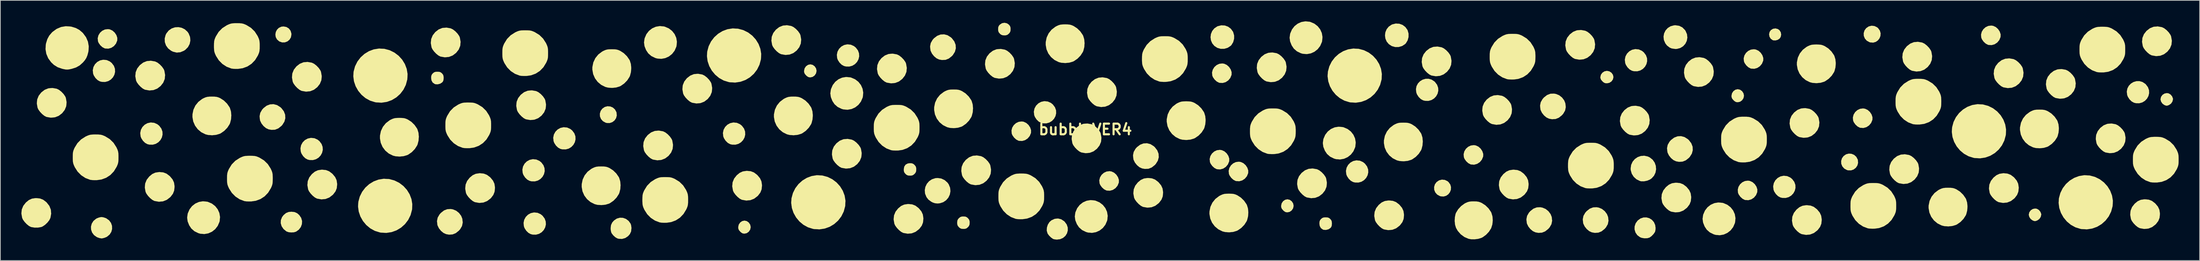
<source format=kicad_pcb>
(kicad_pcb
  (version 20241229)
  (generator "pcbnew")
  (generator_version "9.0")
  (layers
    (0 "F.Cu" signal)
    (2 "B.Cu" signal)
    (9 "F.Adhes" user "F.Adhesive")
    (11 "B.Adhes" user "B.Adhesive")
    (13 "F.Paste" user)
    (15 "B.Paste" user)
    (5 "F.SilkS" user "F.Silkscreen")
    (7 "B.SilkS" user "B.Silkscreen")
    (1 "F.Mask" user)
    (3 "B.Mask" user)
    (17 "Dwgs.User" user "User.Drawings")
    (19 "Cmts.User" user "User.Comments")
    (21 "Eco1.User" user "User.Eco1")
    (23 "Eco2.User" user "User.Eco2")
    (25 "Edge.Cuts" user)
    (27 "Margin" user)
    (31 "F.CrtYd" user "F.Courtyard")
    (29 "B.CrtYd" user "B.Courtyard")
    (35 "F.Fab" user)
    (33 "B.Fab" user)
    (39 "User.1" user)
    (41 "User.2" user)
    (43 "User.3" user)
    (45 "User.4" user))
  (footprint "bubbleVER4"
    (layer "F.Cu")
    (at 151.818 15.469)
    (property "Reference" "bubbleVER4" (at 0 0 0) (layer "F.SilkS") (effects (font (size 1.524 1.524) (thickness 0.3))))
    (attr through_hole)
    (fp_poly (pts (xy 98.808 -14.364) (xy 99.037 -14.201) (xy 99.227 -13.905) (xy 99.285 -13.562) (xy 99.212 -13.226) (xy 99.055 -12.996) (xy 98.784 -12.819) (xy 98.456 -12.733) (xy 98.145 -12.755) (xy 98.086 -12.776) (xy 97.798 -12.983) (xy 97.622 -13.278) (xy 97.567 -13.617) (xy 97.642 -13.952) (xy 97.813 -14.201) (xy 98.117 -14.395) (xy 98.465 -14.45) (xy 98.808 -14.364)) (stroke (width 0.01) (type solid)) (fill yes) (layer "F.SilkS"))
    (fp_poly (pts (xy -48.304 13.117) (xy -48.019 13.325) (xy -47.823 13.625) (xy -47.752 13.97) (xy -47.826 14.323) (xy -48.025 14.622) (xy -48.312 14.827) (xy -48.641 14.901) (xy -48.889 14.866) (xy -49.109 14.736) (xy -49.242 14.613) (xy -49.431 14.392) (xy -49.514 14.182) (xy -49.53 13.97) (xy -49.456 13.617) (xy -49.257 13.318) (xy -48.97 13.113) (xy -48.641 13.039) (xy -48.304 13.117)) (stroke (width 0.01) (type solid)) (fill yes) (layer "F.SilkS"))
    (fp_poly (pts (xy -38.906 -9.235) (xy -38.621 -9.027) (xy -38.425 -8.727) (xy -38.354 -8.382) (xy -38.428 -8.029) (xy -38.627 -7.73) (xy -38.914 -7.525) (xy -39.243 -7.451) (xy -39.491 -7.486) (xy -39.711 -7.616) (xy -39.844 -7.739) (xy -40.033 -7.96) (xy -40.117 -8.17) (xy -40.132 -8.382) (xy -40.058 -8.735) (xy -39.859 -9.034) (xy -39.572 -9.239) (xy -39.243 -9.313) (xy -38.906 -9.235)) (stroke (width 0.01) (type solid)) (fill yes) (layer "F.SilkS"))
    (fp_poly (pts (xy 29.166 10.069) (xy 29.451 10.277) (xy 29.647 10.577) (xy 29.718 10.922) (xy 29.644 11.275) (xy 29.445 11.574) (xy 29.158 11.779) (xy 28.829 11.853) (xy 28.581 11.818) (xy 28.361 11.688) (xy 28.228 11.565) (xy 28.039 11.344) (xy 27.956 11.134) (xy 27.94 10.922) (xy 28.014 10.569) (xy 28.213 10.27) (xy 28.5 10.065) (xy 28.829 9.991) (xy 29.166 10.069)) (stroke (width 0.01) (type solid)) (fill yes) (layer "F.SilkS"))
    (fp_poly (pts (xy 74.775 -8.308) (xy 75.074 -8.109) (xy 75.279 -7.822) (xy 75.353 -7.493) (xy 75.275 -7.156) (xy 75.067 -6.871) (xy 74.767 -6.675) (xy 74.422 -6.604) (xy 74.163 -6.63) (xy 73.957 -6.733) (xy 73.779 -6.892) (xy 73.583 -7.126) (xy 73.5 -7.35) (xy 73.491 -7.493) (xy 73.569 -7.83) (xy 73.777 -8.115) (xy 74.077 -8.311) (xy 74.422 -8.382) (xy 74.775 -8.308)) (stroke (width 0.01) (type solid)) (fill yes) (layer "F.SilkS"))
    (fp_poly (pts (xy 93.428 -5.679) (xy 93.713 -5.471) (xy 93.909 -5.171) (xy 93.98 -4.826) (xy 93.906 -4.473) (xy 93.707 -4.174) (xy 93.42 -3.969) (xy 93.091 -3.895) (xy 92.843 -3.93) (xy 92.623 -4.06) (xy 92.49 -4.183) (xy 92.301 -4.404) (xy 92.218 -4.614) (xy 92.202 -4.826) (xy 92.276 -5.179) (xy 92.475 -5.478) (xy 92.762 -5.683) (xy 93.091 -5.757) (xy 93.428 -5.679)) (stroke (width 0.01) (type solid)) (fill yes) (layer "F.SilkS"))
    (fp_poly (pts (xy -114.005 -14.655) (xy -113.657 -14.443) (xy -113.41 -14.121) (xy -113.291 -13.718) (xy -113.285 -13.589) (xy -113.359 -13.178) (xy -113.561 -12.842) (xy -113.859 -12.597) (xy -114.221 -12.462) (xy -114.613 -12.455) (xy -115.005 -12.593) (xy -115.037 -12.612) (xy -115.344 -12.883) (xy -115.52 -13.216) (xy -115.572 -13.578) (xy -115.511 -13.939) (xy -115.345 -14.266) (xy -115.084 -14.528) (xy -114.736 -14.692) (xy -114.427 -14.732) (xy -114.005 -14.655)) (stroke (width 0.01) (type solid)) (fill yes) (layer "F.SilkS"))
    (fp_poly (pts (xy -67.788 -3.287) (xy -67.422 -3.132) (xy -67.121 -2.862) (xy -66.919 -2.487) (xy -66.901 -2.426) (xy -66.861 -2.003) (xy -66.964 -1.616) (xy -67.184 -1.291) (xy -67.494 -1.052) (xy -67.868 -0.924) (xy -68.281 -0.93) (xy -68.453 -0.976) (xy -68.837 -1.188) (xy -69.107 -1.496) (xy -69.256 -1.865) (xy -69.275 -2.263) (xy -69.156 -2.653) (xy -68.925 -2.97) (xy -68.574 -3.215) (xy -68.183 -3.318) (xy -67.788 -3.287)) (stroke (width 0.01) (type solid)) (fill yes) (layer "F.SilkS"))
    (fp_poly (pts (xy 51.294 7.219) (xy 51.678 7.405) (xy 51.823 7.529) (xy 52.071 7.876) (xy 52.175 8.25) (xy 52.154 8.624) (xy 52.021 8.971) (xy 51.795 9.265) (xy 51.492 9.479) (xy 51.128 9.586) (xy 50.719 9.561) (xy 50.588 9.523) (xy 50.205 9.311) (xy 49.935 9.003) (xy 49.786 8.633) (xy 49.767 8.236) (xy 49.885 7.845) (xy 50.116 7.529) (xy 50.474 7.281) (xy 50.88 7.178) (xy 51.294 7.219)) (stroke (width 0.01) (type solid)) (fill yes) (layer "F.SilkS"))
    (fp_poly (pts (xy 109.335 3.487) (xy 109.701 3.642) (xy 110.002 3.912) (xy 110.203 4.287) (xy 110.222 4.347) (xy 110.261 4.771) (xy 110.158 5.157) (xy 109.939 5.482) (xy 109.629 5.721) (xy 109.254 5.85) (xy 108.842 5.844) (xy 108.67 5.797) (xy 108.286 5.586) (xy 108.016 5.278) (xy 107.867 4.908) (xy 107.848 4.511) (xy 107.967 4.12) (xy 108.197 3.803) (xy 108.549 3.558) (xy 108.939 3.456) (xy 109.335 3.487)) (stroke (width 0.01) (type solid)) (fill yes) (layer "F.SilkS"))
    (fp_poly (pts (xy 112.593 -14.795) (xy 112.976 -14.609) (xy 113.121 -14.485) (xy 113.369 -14.137) (xy 113.474 -13.763) (xy 113.452 -13.389) (xy 113.32 -13.042) (xy 113.094 -12.748) (xy 112.791 -12.534) (xy 112.426 -12.427) (xy 112.017 -12.452) (xy 111.887 -12.491) (xy 111.503 -12.702) (xy 111.233 -13.01) (xy 111.084 -13.38) (xy 111.065 -13.777) (xy 111.184 -14.168) (xy 111.415 -14.485) (xy 111.773 -14.732) (xy 112.178 -14.836) (xy 112.593 -14.795)) (stroke (width 0.01) (type solid)) (fill yes) (layer "F.SilkS"))
    (fp_poly (pts (xy 135.777 11.35) (xy 136.055 11.516) (xy 136.275 11.782) (xy 136.39 12.085) (xy 136.398 12.175) (xy 136.322 12.507) (xy 136.123 12.805) (xy 135.845 13.003) (xy 135.845 13.003) (xy 135.622 13.089) (xy 135.471 13.11) (xy 135.304 13.063) (xy 135.155 12.999) (xy 134.895 12.808) (xy 134.702 12.521) (xy 134.62 12.21) (xy 134.62 12.192) (xy 134.696 11.849) (xy 134.898 11.569) (xy 135.187 11.379) (xy 135.525 11.31) (xy 135.777 11.35)) (stroke (width 0.01) (type solid)) (fill yes) (layer "F.SilkS"))
    (fp_poly (pts (xy 154.573 -5.16) (xy 154.851 -4.994) (xy 155.071 -4.728) (xy 155.186 -4.425) (xy 155.194 -4.335) (xy 155.118 -4.003) (xy 154.919 -3.705) (xy 154.641 -3.507) (xy 154.641 -3.507) (xy 154.418 -3.421) (xy 154.267 -3.4) (xy 154.1 -3.447) (xy 153.951 -3.511) (xy 153.691 -3.702) (xy 153.498 -3.989) (xy 153.416 -4.3) (xy 153.416 -4.318) (xy 153.492 -4.661) (xy 153.694 -4.941) (xy 153.983 -5.131) (xy 154.321 -5.2) (xy 154.573 -5.16)) (stroke (width 0.01) (type solid)) (fill yes) (layer "F.SilkS"))
    (fp_poly (pts (xy -92.166 -8.235) (xy -91.966 -8.158) (xy -91.802 -8.02) (xy -91.651 -7.834) (xy -91.582 -7.627) (xy -91.567 -7.366) (xy -91.588 -7.073) (xy -91.666 -6.871) (xy -91.787 -6.727) (xy -92.057 -6.553) (xy -92.396 -6.464) (xy -92.727 -6.475) (xy -92.837 -6.51) (xy -93.135 -6.72) (xy -93.303 -7.034) (xy -93.345 -7.373) (xy -93.324 -7.662) (xy -93.243 -7.864) (xy -93.11 -8.02) (xy -92.924 -8.171) (xy -92.717 -8.24) (xy -92.456 -8.255) (xy -92.166 -8.235)) (stroke (width 0.01) (type solid)) (fill yes) (layer "F.SilkS"))
    (fp_poly (pts (xy -24.734 4.85) (xy -24.528 4.942) (xy -24.377 5.073) (xy -24.213 5.275) (xy -24.142 5.494) (xy -24.13 5.715) (xy -24.154 6) (xy -24.246 6.206) (xy -24.377 6.357) (xy -24.579 6.521) (xy -24.798 6.592) (xy -25.019 6.604) (xy -25.304 6.58) (xy -25.51 6.488) (xy -25.661 6.357) (xy -25.825 6.155) (xy -25.896 5.936) (xy -25.908 5.715) (xy -25.84 5.321) (xy -25.645 5.034) (xy -25.333 4.867) (xy -25.019 4.826) (xy -24.734 4.85)) (stroke (width 0.01) (type solid)) (fill yes) (layer "F.SilkS"))
    (fp_poly (pts (xy -11.176 -15.175) (xy -10.915 -14.993) (xy -10.751 -14.791) (xy -10.68 -14.572) (xy -10.668 -14.351) (xy -10.692 -14.066) (xy -10.784 -13.86) (xy -10.915 -13.709) (xy -11.117 -13.545) (xy -11.336 -13.474) (xy -11.557 -13.462) (xy -11.842 -13.486) (xy -12.048 -13.578) (xy -12.199 -13.709) (xy -12.363 -13.911) (xy -12.434 -14.13) (xy -12.446 -14.351) (xy -12.422 -14.636) (xy -12.33 -14.842) (xy -12.199 -14.993) (xy -11.885 -15.197) (xy -11.529 -15.258) (xy -11.176 -15.175)) (stroke (width 0.01) (type solid)) (fill yes) (layer "F.SilkS"))
    (fp_poly (pts (xy 34.58 12.593) (xy 34.78 12.67) (xy 34.944 12.808) (xy 35.095 12.994) (xy 35.164 13.201) (xy 35.179 13.462) (xy 35.158 13.755) (xy 35.08 13.957) (xy 34.959 14.101) (xy 34.689 14.275) (xy 34.35 14.364) (xy 34.019 14.353) (xy 33.909 14.318) (xy 33.611 14.108) (xy 33.443 13.794) (xy 33.401 13.455) (xy 33.422 13.166) (xy 33.503 12.964) (xy 33.636 12.808) (xy 33.822 12.657) (xy 34.029 12.588) (xy 34.29 12.573) (xy 34.58 12.593)) (stroke (width 0.01) (type solid)) (fill yes) (layer "F.SilkS"))
    (fp_poly (pts (xy -139.191 -14.309) (xy -138.817 -14.134) (xy -138.498 -13.848) (xy -138.261 -13.491) (xy -138.134 -13.104) (xy -138.142 -12.725) (xy -138.142 -12.724) (xy -138.322 -12.282) (xy -138.615 -11.928) (xy -138.99 -11.681) (xy -139.416 -11.561) (xy -139.862 -11.588) (xy -139.932 -11.607) (xy -140.252 -11.773) (xy -140.555 -12.049) (xy -140.79 -12.382) (xy -140.885 -12.615) (xy -140.924 -13.053) (xy -140.819 -13.466) (xy -140.596 -13.828) (xy -140.28 -14.113) (xy -139.896 -14.296) (xy -139.471 -14.351) (xy -139.191 -14.309)) (stroke (width 0.01) (type solid)) (fill yes) (layer "F.SilkS"))
    (fp_poly (pts (xy -112.831 11.82) (xy -112.459 11.992) (xy -112.168 12.248) (xy -111.896 12.646) (xy -111.772 13.083) (xy -111.79 13.53) (xy -111.945 13.956) (xy -112.23 14.33) (xy -112.624 14.613) (xy -112.931 14.706) (xy -113.311 14.73) (xy -113.689 14.688) (xy -113.99 14.582) (xy -114.004 14.574) (xy -114.41 14.239) (xy -114.679 13.841) (xy -114.806 13.407) (xy -114.786 12.961) (xy -114.615 12.53) (xy -114.4 12.248) (xy -114.052 11.956) (xy -113.672 11.805) (xy -113.284 11.769) (xy -112.831 11.82)) (stroke (width 0.01) (type solid)) (fill yes) (layer "F.SilkS"))
    (fp_poly (pts (xy -8.805 -1.101) (xy -8.43 -0.926) (xy -8.111 -0.64) (xy -7.875 -0.283) (xy -7.747 0.104) (xy -7.755 0.483) (xy -7.755 0.484) (xy -7.935 0.926) (xy -8.228 1.28) (xy -8.603 1.527) (xy -9.029 1.647) (xy -9.475 1.62) (xy -9.546 1.601) (xy -9.865 1.435) (xy -10.168 1.159) (xy -10.403 0.826) (xy -10.499 0.593) (xy -10.537 0.155) (xy -10.432 -0.258) (xy -10.209 -0.62) (xy -9.893 -0.905) (xy -9.509 -1.088) (xy -9.084 -1.143) (xy -8.805 -1.101)) (stroke (width 0.01) (type solid)) (fill yes) (layer "F.SilkS"))
    (fp_poly (pts (xy 3.726 6.011) (xy 4.101 6.186) (xy 4.42 6.472) (xy 4.656 6.829) (xy 4.783 7.216) (xy 4.775 7.595) (xy 4.775 7.596) (xy 4.595 8.038) (xy 4.302 8.392) (xy 3.927 8.639) (xy 3.502 8.759) (xy 3.056 8.732) (xy 2.985 8.713) (xy 2.666 8.547) (xy 2.363 8.271) (xy 2.128 7.938) (xy 2.032 7.705) (xy 1.993 7.267) (xy 2.098 6.854) (xy 2.322 6.492) (xy 2.638 6.207) (xy 3.021 6.024) (xy 3.447 5.969) (xy 3.726 6.011)) (stroke (width 0.01) (type solid)) (fill yes) (layer "F.SilkS"))
    (fp_poly (pts (xy 19.474 2.963) (xy 19.849 3.138) (xy 20.168 3.424) (xy 20.404 3.781) (xy 20.531 4.168) (xy 20.523 4.547) (xy 20.523 4.548) (xy 20.343 4.99) (xy 20.05 5.344) (xy 19.675 5.591) (xy 19.25 5.711) (xy 18.804 5.684) (xy 18.733 5.665) (xy 18.414 5.499) (xy 18.111 5.223) (xy 17.876 4.89) (xy 17.78 4.657) (xy 17.741 4.219) (xy 17.846 3.806) (xy 18.07 3.444) (xy 18.386 3.159) (xy 18.769 2.976) (xy 19.195 2.921) (xy 19.474 2.963)) (stroke (width 0.01) (type solid)) (fill yes) (layer "F.SilkS"))
    (fp_poly (pts (xy 19.813 -9.398) (xy 20.187 -9.223) (xy 20.506 -8.937) (xy 20.743 -8.581) (xy 20.87 -8.193) (xy 20.862 -7.815) (xy 20.862 -7.814) (xy 20.682 -7.372) (xy 20.389 -7.017) (xy 20.014 -6.771) (xy 19.588 -6.651) (xy 19.142 -6.677) (xy 19.072 -6.696) (xy 18.752 -6.862) (xy 18.449 -7.139) (xy 18.214 -7.471) (xy 18.119 -7.704) (xy 18.08 -8.143) (xy 18.185 -8.556) (xy 18.408 -8.917) (xy 18.724 -9.202) (xy 19.108 -9.385) (xy 19.533 -9.44) (xy 19.813 -9.398)) (stroke (width 0.01) (type solid)) (fill yes) (layer "F.SilkS"))
    (fp_poly (pts (xy 22.183 4.657) (xy 22.558 4.832) (xy 22.877 5.117) (xy 23.113 5.474) (xy 23.241 5.862) (xy 23.233 6.24) (xy 23.233 6.241) (xy 23.053 6.683) (xy 22.76 7.037) (xy 22.385 7.284) (xy 21.959 7.404) (xy 21.513 7.378) (xy 21.442 7.359) (xy 21.123 7.193) (xy 20.82 6.916) (xy 20.585 6.584) (xy 20.489 6.351) (xy 20.451 5.912) (xy 20.556 5.499) (xy 20.779 5.137) (xy 21.095 4.852) (xy 21.479 4.669) (xy 21.904 4.614) (xy 22.183 4.657)) (stroke (width 0.01) (type solid)) (fill yes) (layer "F.SilkS"))
    (fp_poly (pts (xy 55.711 2.286) (xy 56.086 2.461) (xy 56.405 2.747) (xy 56.641 3.103) (xy 56.769 3.491) (xy 56.761 3.869) (xy 56.761 3.87) (xy 56.581 4.312) (xy 56.288 4.667) (xy 55.913 4.913) (xy 55.487 5.033) (xy 55.041 5.007) (xy 54.97 4.988) (xy 54.651 4.822) (xy 54.348 4.545) (xy 54.113 4.213) (xy 54.017 3.98) (xy 53.979 3.541) (xy 54.084 3.128) (xy 54.307 2.767) (xy 54.623 2.482) (xy 55.007 2.299) (xy 55.432 2.244) (xy 55.711 2.286)) (stroke (width 0.01) (type solid)) (fill yes) (layer "F.SilkS"))
    (fp_poly (pts (xy 94.827 7.366) (xy 95.202 7.541) (xy 95.521 7.827) (xy 95.757 8.183) (xy 95.885 8.571) (xy 95.877 8.949) (xy 95.877 8.95) (xy 95.697 9.392) (xy 95.404 9.747) (xy 95.029 9.993) (xy 94.603 10.113) (xy 94.157 10.087) (xy 94.086 10.068) (xy 93.767 9.902) (xy 93.464 9.625) (xy 93.229 9.293) (xy 93.133 9.06) (xy 93.095 8.621) (xy 93.2 8.208) (xy 93.423 7.847) (xy 93.739 7.562) (xy 94.123 7.379) (xy 94.548 7.324) (xy 94.827 7.366)) (stroke (width 0.01) (type solid)) (fill yes) (layer "F.SilkS"))
    (fp_poly (pts (xy 95.674 -11.43) (xy 96.049 -11.255) (xy 96.368 -10.969) (xy 96.604 -10.613) (xy 96.731 -10.225) (xy 96.723 -9.847) (xy 96.723 -9.846) (xy 96.543 -9.404) (xy 96.25 -9.049) (xy 95.875 -8.803) (xy 95.45 -8.683) (xy 95.004 -8.709) (xy 94.933 -8.728) (xy 94.614 -8.894) (xy 94.311 -9.171) (xy 94.076 -9.503) (xy 93.98 -9.736) (xy 93.941 -10.175) (xy 94.046 -10.588) (xy 94.27 -10.949) (xy 94.586 -11.234) (xy 94.969 -11.417) (xy 95.395 -11.472) (xy 95.674 -11.43)) (stroke (width 0.01) (type solid)) (fill yes) (layer "F.SilkS"))
    (fp_poly (pts (xy 111.253 -2.963) (xy 111.627 -2.788) (xy 111.946 -2.503) (xy 112.183 -2.146) (xy 112.31 -1.758) (xy 112.302 -1.38) (xy 112.302 -1.379) (xy 112.122 -0.937) (xy 111.829 -0.583) (xy 111.454 -0.336) (xy 111.028 -0.216) (xy 110.582 -0.242) (xy 110.512 -0.261) (xy 110.192 -0.427) (xy 109.889 -0.704) (xy 109.654 -1.036) (xy 109.559 -1.269) (xy 109.52 -1.708) (xy 109.625 -2.121) (xy 109.848 -2.483) (xy 110.164 -2.768) (xy 110.548 -2.951) (xy 110.973 -3.006) (xy 111.253 -2.963)) (stroke (width 0.01) (type solid)) (fill yes) (layer "F.SilkS"))
    (fp_poly (pts (xy 129.541 -14.817) (xy 129.915 -14.642) (xy 130.234 -14.356) (xy 130.471 -13.999) (xy 130.598 -13.612) (xy 130.59 -13.233) (xy 130.59 -13.232) (xy 130.41 -12.79) (xy 130.117 -12.436) (xy 129.742 -12.189) (xy 129.316 -12.069) (xy 128.87 -12.096) (xy 128.8 -12.115) (xy 128.48 -12.281) (xy 128.177 -12.557) (xy 127.942 -12.89) (xy 127.847 -13.123) (xy 127.808 -13.561) (xy 127.913 -13.974) (xy 128.136 -14.336) (xy 128.452 -14.621) (xy 128.836 -14.804) (xy 129.261 -14.859) (xy 129.541 -14.817)) (stroke (width 0.01) (type solid)) (fill yes) (layer "F.SilkS"))
    (fp_poly (pts (xy -139.649 -9.923) (xy -139.637 -9.92) (xy -139.194 -9.721) (xy -138.921 -9.5) (xy -138.62 -9.1) (xy -138.468 -8.673) (xy -138.449 -8.242) (xy -138.549 -7.829) (xy -138.753 -7.456) (xy -139.049 -7.145) (xy -139.42 -6.92) (xy -139.854 -6.801) (xy -140.335 -6.811) (xy -140.603 -6.877) (xy -140.933 -7.058) (xy -141.239 -7.356) (xy -141.477 -7.721) (xy -141.576 -7.98) (xy -141.628 -8.47) (xy -141.533 -8.927) (xy -141.314 -9.328) (xy -140.994 -9.65) (xy -140.595 -9.872) (xy -140.139 -9.97) (xy -139.649 -9.923)) (stroke (width 0.01) (type solid)) (fill yes) (layer "F.SilkS"))
    (fp_poly (pts (xy -132.876 -0.948) (xy -132.863 -0.945) (xy -132.421 -0.746) (xy -132.147 -0.525) (xy -131.847 -0.125) (xy -131.694 0.301) (xy -131.675 0.732) (xy -131.775 1.146) (xy -131.98 1.519) (xy -132.275 1.829) (xy -132.647 2.055) (xy -133.08 2.174) (xy -133.561 2.163) (xy -133.83 2.098) (xy -134.16 1.917) (xy -134.466 1.618) (xy -134.703 1.253) (xy -134.802 0.995) (xy -134.854 0.505) (xy -134.76 0.048) (xy -134.541 -0.353) (xy -134.221 -0.675) (xy -133.822 -0.897) (xy -133.366 -0.996) (xy -132.876 -0.948)) (stroke (width 0.01) (type solid)) (fill yes) (layer "F.SilkS"))
    (fp_poly (pts (xy -128.941 -14.541) (xy -128.496 -14.319) (xy -128.117 -13.97) (xy -127.957 -13.738) (xy -127.754 -13.239) (xy -127.707 -12.726) (xy -127.809 -12.23) (xy -128.05 -11.778) (xy -128.424 -11.4) (xy -128.634 -11.261) (xy -129.149 -11.047) (xy -129.659 -11.002) (xy -130.171 -11.126) (xy -130.446 -11.261) (xy -130.877 -11.597) (xy -131.179 -12.019) (xy -131.345 -12.499) (xy -131.366 -13.008) (xy -131.234 -13.516) (xy -131.123 -13.738) (xy -130.791 -14.154) (xy -130.377 -14.442) (xy -129.911 -14.603) (xy -129.422 -14.636) (xy -128.941 -14.541)) (stroke (width 0.01) (type solid)) (fill yes) (layer "F.SilkS"))
    (fp_poly (pts (xy -110.016 1.253) (xy -110.003 1.256) (xy -109.561 1.455) (xy -109.287 1.676) (xy -108.987 2.076) (xy -108.834 2.503) (xy -108.815 2.934) (xy -108.915 3.347) (xy -109.12 3.72) (xy -109.415 4.031) (xy -109.787 4.256) (xy -110.22 4.375) (xy -110.701 4.365) (xy -110.97 4.299) (xy -111.3 4.118) (xy -111.606 3.82) (xy -111.843 3.455) (xy -111.942 3.196) (xy -111.994 2.706) (xy -111.9 2.249) (xy -111.681 1.848) (xy -111.361 1.526) (xy -110.962 1.304) (xy -110.506 1.206) (xy -110.016 1.253)) (stroke (width 0.01) (type solid)) (fill yes) (layer "F.SilkS"))
    (fp_poly (pts (xy -78.35 4.301) (xy -78.338 4.304) (xy -77.895 4.503) (xy -77.622 4.724) (xy -77.322 5.124) (xy -77.169 5.551) (xy -77.15 5.982) (xy -77.25 6.395) (xy -77.455 6.768) (xy -77.75 7.079) (xy -78.122 7.304) (xy -78.555 7.423) (xy -79.036 7.413) (xy -79.304 7.347) (xy -79.635 7.166) (xy -79.941 6.868) (xy -80.178 6.503) (xy -80.277 6.244) (xy -80.329 5.754) (xy -80.234 5.297) (xy -80.016 4.896) (xy -79.696 4.574) (xy -79.296 4.352) (xy -78.84 4.254) (xy -78.35 4.301)) (stroke (width 0.01) (type solid)) (fill yes) (layer "F.SilkS"))
    (fp_poly (pts (xy -78.181 11.921) (xy -78.168 11.924) (xy -77.726 12.123) (xy -77.453 12.344) (xy -77.152 12.744) (xy -77 13.171) (xy -76.981 13.602) (xy -77.081 14.015) (xy -77.285 14.388) (xy -77.581 14.699) (xy -77.952 14.924) (xy -78.386 15.043) (xy -78.867 15.033) (xy -79.135 14.967) (xy -79.465 14.786) (xy -79.771 14.488) (xy -80.009 14.123) (xy -80.108 13.864) (xy -80.16 13.374) (xy -80.065 12.917) (xy -79.846 12.516) (xy -79.526 12.194) (xy -79.127 11.972) (xy -78.671 11.874) (xy -78.181 11.921)) (stroke (width 0.01) (type solid)) (fill yes) (layer "F.SilkS"))
    (fp_poly (pts (xy -73.948 -0.271) (xy -73.935 -0.268) (xy -73.493 -0.069) (xy -73.219 0.152) (xy -72.919 0.552) (xy -72.766 0.979) (xy -72.747 1.41) (xy -72.847 1.823) (xy -73.052 2.196) (xy -73.347 2.507) (xy -73.719 2.732) (xy -74.152 2.851) (xy -74.633 2.841) (xy -74.902 2.775) (xy -75.232 2.594) (xy -75.538 2.296) (xy -75.775 1.931) (xy -75.874 1.672) (xy -75.926 1.182) (xy -75.832 0.725) (xy -75.613 0.324) (xy -75.293 0.002) (xy -74.894 -0.22) (xy -74.438 -0.318) (xy -73.948 -0.271)) (stroke (width 0.01) (type solid)) (fill yes) (layer "F.SilkS"))
    (fp_poly (pts (xy -49.733 -0.948) (xy -49.721 -0.945) (xy -49.278 -0.746) (xy -49.005 -0.525) (xy -48.704 -0.125) (xy -48.552 0.301) (xy -48.533 0.732) (xy -48.633 1.146) (xy -48.837 1.519) (xy -49.133 1.829) (xy -49.504 2.055) (xy -49.938 2.174) (xy -50.419 2.163) (xy -50.687 2.098) (xy -51.017 1.917) (xy -51.323 1.618) (xy -51.561 1.253) (xy -51.66 0.995) (xy -51.712 0.505) (xy -51.617 0.048) (xy -51.398 -0.353) (xy -51.078 -0.675) (xy -50.679 -0.897) (xy -50.223 -0.996) (xy -49.733 -0.948)) (stroke (width 0.01) (type solid)) (fill yes) (layer "F.SilkS"))
    (fp_poly (pts (xy -33.477 -12.124) (xy -33.465 -12.121) (xy -33.022 -11.922) (xy -32.749 -11.701) (xy -32.448 -11.301) (xy -32.296 -10.875) (xy -32.277 -10.444) (xy -32.377 -10.03) (xy -32.581 -9.657) (xy -32.877 -9.347) (xy -33.248 -9.121) (xy -33.682 -9.002) (xy -34.163 -9.013) (xy -34.431 -9.078) (xy -34.761 -9.259) (xy -35.067 -9.558) (xy -35.305 -9.923) (xy -35.404 -10.181) (xy -35.456 -10.671) (xy -35.361 -11.128) (xy -35.142 -11.529) (xy -34.822 -11.851) (xy -34.423 -12.073) (xy -33.967 -12.172) (xy -33.477 -12.124)) (stroke (width 0.01) (type solid)) (fill yes) (layer "F.SilkS"))
    (fp_poly (pts (xy -17.114 12.47) (xy -16.908 12.562) (xy -16.757 12.693) (xy -16.593 12.895) (xy -16.522 13.114) (xy -16.51 13.335) (xy -16.534 13.62) (xy -16.626 13.826) (xy -16.757 13.977) (xy -16.959 14.141) (xy -17.178 14.212) (xy -17.399 14.224) (xy -17.684 14.2) (xy -17.89 14.108) (xy -18.041 13.977) (xy -18.205 13.775) (xy -18.276 13.556) (xy -18.288 13.335) (xy -18.264 13.05) (xy -18.172 12.844) (xy -18.041 12.693) (xy -17.839 12.529) (xy -17.62 12.458) (xy -17.399 12.446) (xy -17.114 12.47)) (stroke (width 0.01) (type solid)) (fill yes) (layer "F.SilkS"))
    (fp_poly (pts (xy -5.368 -3.996) (xy -5.355 -3.993) (xy -4.913 -3.794) (xy -4.639 -3.573) (xy -4.339 -3.173) (xy -4.186 -2.747) (xy -4.167 -2.316) (xy -4.267 -1.902) (xy -4.472 -1.529) (xy -4.767 -1.219) (xy -5.139 -0.993) (xy -5.572 -0.874) (xy -6.053 -0.885) (xy -6.322 -0.95) (xy -6.652 -1.131) (xy -6.958 -1.43) (xy -7.195 -1.795) (xy -7.294 -2.053) (xy -7.346 -2.543) (xy -7.252 -3) (xy -7.033 -3.401) (xy -6.713 -3.723) (xy -6.314 -3.945) (xy -5.858 -4.044) (xy -5.368 -3.996)) (stroke (width 0.01) (type solid)) (fill yes) (layer "F.SilkS"))
    (fp_poly (pts (xy 19.902 -14.868) (xy 20.366 -14.699) (xy 20.764 -14.401) (xy 21.062 -13.987) (xy 21.091 -13.928) (xy 21.223 -13.461) (xy 21.221 -12.966) (xy 21.093 -12.492) (xy 20.849 -12.085) (xy 20.732 -11.963) (xy 20.315 -11.689) (xy 19.829 -11.545) (xy 19.32 -11.538) (xy 18.838 -11.675) (xy 18.414 -11.953) (xy 18.11 -12.319) (xy 17.928 -12.744) (xy 17.866 -13.198) (xy 17.924 -13.653) (xy 18.102 -14.08) (xy 18.397 -14.449) (xy 18.811 -14.73) (xy 18.9 -14.77) (xy 19.403 -14.896) (xy 19.902 -14.868)) (stroke (width 0.01) (type solid)) (fill yes) (layer "F.SilkS"))
    (fp_poly (pts (xy 39.167 4.47) (xy 39.179 4.474) (xy 39.622 4.673) (xy 39.895 4.893) (xy 40.196 5.293) (xy 40.348 5.72) (xy 40.367 6.151) (xy 40.267 6.564) (xy 40.063 6.937) (xy 39.767 7.248) (xy 39.396 7.474) (xy 38.962 7.592) (xy 38.481 7.582) (xy 38.213 7.517) (xy 37.883 7.336) (xy 37.577 7.037) (xy 37.339 6.672) (xy 37.24 6.413) (xy 37.188 5.923) (xy 37.283 5.467) (xy 37.502 5.066) (xy 37.822 4.743) (xy 38.221 4.521) (xy 38.677 4.423) (xy 39.167 4.47)) (stroke (width 0.01) (type solid)) (fill yes) (layer "F.SilkS"))
    (fp_poly (pts (xy 44.794 -15.122) (xy 45.258 -14.953) (xy 45.656 -14.655) (xy 45.954 -14.241) (xy 45.983 -14.182) (xy 46.115 -13.715) (xy 46.113 -13.22) (xy 45.985 -12.746) (xy 45.741 -12.339) (xy 45.624 -12.217) (xy 45.207 -11.943) (xy 44.721 -11.799) (xy 44.212 -11.792) (xy 43.73 -11.929) (xy 43.306 -12.207) (xy 43.002 -12.573) (xy 42.82 -12.998) (xy 42.758 -13.452) (xy 42.816 -13.907) (xy 42.994 -14.334) (xy 43.289 -14.703) (xy 43.703 -14.984) (xy 43.792 -15.024) (xy 44.295 -15.15) (xy 44.794 -15.122)) (stroke (width 0.01) (type solid)) (fill yes) (layer "F.SilkS"))
    (fp_poly (pts (xy 49.409 -7.125) (xy 49.813 -6.86) (xy 49.886 -6.791) (xy 50.186 -6.391) (xy 50.339 -5.964) (xy 50.358 -5.533) (xy 50.258 -5.12) (xy 50.053 -4.747) (xy 49.758 -4.436) (xy 49.386 -4.21) (xy 48.953 -4.092) (xy 48.472 -4.102) (xy 48.204 -4.167) (xy 47.873 -4.348) (xy 47.567 -4.647) (xy 47.33 -5.012) (xy 47.231 -5.271) (xy 47.175 -5.76) (xy 47.261 -6.204) (xy 47.465 -6.588) (xy 47.763 -6.898) (xy 48.13 -7.121) (xy 48.543 -7.242) (xy 48.977 -7.248) (xy 49.409 -7.125)) (stroke (width 0.01) (type solid)) (fill yes) (layer "F.SilkS"))
    (fp_poly (pts (xy 78.96 -11.447) (xy 78.973 -11.444) (xy 79.415 -11.245) (xy 79.689 -11.024) (xy 79.989 -10.624) (xy 80.142 -10.197) (xy 80.161 -9.766) (xy 80.061 -9.353) (xy 79.856 -8.98) (xy 79.561 -8.669) (xy 79.189 -8.444) (xy 78.756 -8.325) (xy 78.275 -8.335) (xy 78.006 -8.401) (xy 77.676 -8.582) (xy 77.37 -8.88) (xy 77.133 -9.245) (xy 77.034 -9.504) (xy 76.982 -9.994) (xy 77.076 -10.451) (xy 77.295 -10.852) (xy 77.615 -11.174) (xy 78.014 -11.396) (xy 78.47 -11.494) (xy 78.96 -11.447)) (stroke (width 0.01) (type solid)) (fill yes) (layer "F.SilkS"))
    (fp_poly (pts (xy 84.731 -14.824) (xy 85.186 -14.595) (xy 85.556 -14.222) (xy 85.639 -14.099) (xy 85.845 -13.625) (xy 85.899 -13.142) (xy 85.817 -12.678) (xy 85.612 -12.258) (xy 85.299 -11.909) (xy 84.893 -11.657) (xy 84.409 -11.527) (xy 84.201 -11.515) (xy 83.677 -11.591) (xy 83.389 -11.712) (xy 82.998 -12.011) (xy 82.763 -12.317) (xy 82.557 -12.791) (xy 82.503 -13.274) (xy 82.585 -13.738) (xy 82.79 -14.158) (xy 83.103 -14.507) (xy 83.509 -14.759) (xy 83.993 -14.889) (xy 84.201 -14.901) (xy 84.731 -14.824)) (stroke (width 0.01) (type solid)) (fill yes) (layer "F.SilkS"))
    (fp_poly (pts (xy 100.127 6.672) (xy 100.139 6.675) (xy 100.582 6.874) (xy 100.855 7.095) (xy 101.156 7.495) (xy 101.308 7.921) (xy 101.327 8.352) (xy 101.227 8.766) (xy 101.023 9.139) (xy 100.727 9.449) (xy 100.356 9.675) (xy 99.922 9.794) (xy 99.441 9.783) (xy 99.173 9.718) (xy 98.843 9.537) (xy 98.537 9.238) (xy 98.299 8.873) (xy 98.2 8.615) (xy 98.148 8.125) (xy 98.243 7.668) (xy 98.462 7.267) (xy 98.782 6.945) (xy 99.181 6.723) (xy 99.637 6.624) (xy 100.127 6.672)) (stroke (width 0.01) (type solid)) (fill yes) (layer "F.SilkS"))
    (fp_poly (pts (xy 150.839 -6.787) (xy 151.244 -6.521) (xy 151.317 -6.452) (xy 151.617 -6.052) (xy 151.77 -5.625) (xy 151.789 -5.194) (xy 151.689 -4.781) (xy 151.484 -4.408) (xy 151.189 -4.097) (xy 150.817 -3.872) (xy 150.384 -3.753) (xy 149.903 -3.763) (xy 149.634 -3.829) (xy 149.304 -4.01) (xy 148.998 -4.308) (xy 148.761 -4.673) (xy 148.662 -4.932) (xy 148.606 -5.422) (xy 148.692 -5.865) (xy 148.896 -6.249) (xy 149.194 -6.559) (xy 149.561 -6.782) (xy 149.974 -6.903) (xy 150.408 -6.91) (xy 150.839 -6.787)) (stroke (width 0.01) (type solid)) (fill yes) (layer "F.SilkS"))
    (fp_poly (pts (xy -115.335 -3.482) (xy -114.869 -3.189) (xy -114.719 -3.052) (xy -114.372 -2.601) (xy -114.185 -2.114) (xy -114.157 -1.614) (xy -114.289 -1.121) (xy -114.58 -0.656) (xy -114.717 -0.506) (xy -115.153 -0.159) (xy -115.615 0.026) (xy -116.124 0.054) (xy -116.539 -0.021) (xy -116.905 -0.192) (xy -117.257 -0.484) (xy -117.55 -0.852) (xy -117.742 -1.249) (xy -117.767 -1.338) (xy -117.827 -1.881) (xy -117.728 -2.373) (xy -117.467 -2.827) (xy -117.267 -3.052) (xy -116.816 -3.4) (xy -116.329 -3.587) (xy -115.829 -3.614) (xy -115.335 -3.482)) (stroke (width 0.01) (type solid)) (fill yes) (layer "F.SilkS"))
    (fp_poly (pts (xy -90.238 11.434) (xy -89.779 11.625) (xy -89.376 11.946) (xy -89.067 12.358) (xy -88.904 12.768) (xy -88.844 13.312) (xy -88.944 13.805) (xy -89.205 14.259) (xy -89.402 14.48) (xy -89.838 14.827) (xy -90.3 15.012) (xy -90.809 15.04) (xy -91.223 14.965) (xy -91.59 14.794) (xy -91.941 14.502) (xy -92.235 14.134) (xy -92.427 13.737) (xy -92.452 13.648) (xy -92.512 13.105) (xy -92.413 12.613) (xy -92.152 12.159) (xy -91.952 11.934) (xy -91.511 11.587) (xy -91.041 11.405) (xy -90.526 11.384) (xy -90.238 11.434)) (stroke (width 0.01) (type solid)) (fill yes) (layer "F.SilkS"))
    (fp_poly (pts (xy -20.551 7.025) (xy -20.068 7.255) (xy -19.668 7.612) (xy -19.499 7.852) (xy -19.3 8.34) (xy -19.253 8.837) (xy -19.342 9.316) (xy -19.552 9.753) (xy -19.87 10.123) (xy -20.279 10.398) (xy -20.766 10.555) (xy -21.082 10.582) (xy -21.439 10.553) (xy -21.756 10.45) (xy -21.988 10.329) (xy -22.397 10.024) (xy -22.665 9.674) (xy -22.864 9.186) (xy -22.911 8.689) (xy -22.822 8.21) (xy -22.612 7.773) (xy -22.294 7.403) (xy -21.885 7.128) (xy -21.398 6.971) (xy -21.082 6.944) (xy -20.551 7.025)) (stroke (width 0.01) (type solid)) (fill yes) (layer "F.SilkS"))
    (fp_poly (pts (xy -19.662 -13.473) (xy -19.196 -13.18) (xy -19.046 -13.043) (xy -18.699 -12.591) (xy -18.511 -12.105) (xy -18.484 -11.605) (xy -18.615 -11.111) (xy -18.907 -10.646) (xy -19.044 -10.497) (xy -19.48 -10.149) (xy -19.942 -9.964) (xy -20.451 -9.936) (xy -20.865 -10.012) (xy -21.232 -10.183) (xy -21.583 -10.475) (xy -21.877 -10.843) (xy -22.069 -11.24) (xy -22.094 -11.329) (xy -22.154 -11.872) (xy -22.055 -12.363) (xy -21.794 -12.818) (xy -21.594 -13.043) (xy -21.142 -13.39) (xy -20.656 -13.578) (xy -20.155 -13.605) (xy -19.662 -13.473)) (stroke (width 0.01) (type solid)) (fill yes) (layer "F.SilkS"))
    (fp_poly (pts (xy -3.45 12.849) (xy -3.03 13.126) (xy -2.953 13.198) (xy -2.662 13.592) (xy -2.517 14.019) (xy -2.508 14.45) (xy -2.623 14.86) (xy -2.851 15.222) (xy -3.181 15.507) (xy -3.6 15.691) (xy -4.039 15.745) (xy -4.32 15.725) (xy -4.551 15.675) (xy -4.614 15.649) (xy -4.897 15.447) (xy -5.173 15.176) (xy -5.373 14.905) (xy -5.384 14.884) (xy -5.501 14.491) (xy -5.487 14.056) (xy -5.356 13.627) (xy -5.122 13.251) (xy -4.845 13.004) (xy -4.374 12.787) (xy -3.904 12.736) (xy -3.45 12.849)) (stroke (width 0.01) (type solid)) (fill yes) (layer "F.SilkS"))
    (fp_poly (pts (xy 9.294 2.106) (xy 9.76 2.399) (xy 9.91 2.536) (xy 10.257 2.987) (xy 10.445 3.474) (xy 10.472 3.974) (xy 10.341 4.467) (xy 10.049 4.932) (xy 9.912 5.082) (xy 9.476 5.429) (xy 9.014 5.614) (xy 8.505 5.642) (xy 8.091 5.567) (xy 7.724 5.396) (xy 7.373 5.104) (xy 7.079 4.736) (xy 6.887 4.339) (xy 6.862 4.25) (xy 6.802 3.707) (xy 6.901 3.215) (xy 7.162 2.761) (xy 7.362 2.536) (xy 7.814 2.188) (xy 8.3 2.001) (xy 8.801 1.974) (xy 9.294 2.106)) (stroke (width 0.01) (type solid)) (fill yes) (layer "F.SilkS"))
    (fp_poly (pts (xy 65.21 11.18) (xy 65.669 11.371) (xy 66.072 11.692) (xy 66.381 12.104) (xy 66.544 12.514) (xy 66.604 13.058) (xy 66.504 13.551) (xy 66.243 14.005) (xy 66.046 14.226) (xy 65.61 14.573) (xy 65.148 14.758) (xy 64.639 14.786) (xy 64.225 14.711) (xy 63.858 14.54) (xy 63.507 14.248) (xy 63.213 13.88) (xy 63.021 13.483) (xy 62.996 13.394) (xy 62.936 12.851) (xy 63.035 12.359) (xy 63.296 11.905) (xy 63.496 11.68) (xy 63.937 11.333) (xy 64.407 11.151) (xy 64.922 11.13) (xy 65.21 11.18)) (stroke (width 0.01) (type solid)) (fill yes) (layer "F.SilkS"))
    (fp_poly (pts (xy 67.157 -5.076) (xy 67.616 -4.885) (xy 68.02 -4.564) (xy 68.328 -4.152) (xy 68.491 -3.742) (xy 68.551 -3.198) (xy 68.452 -2.705) (xy 68.19 -2.251) (xy 67.994 -2.03) (xy 67.557 -1.683) (xy 67.095 -1.498) (xy 66.586 -1.47) (xy 66.172 -1.545) (xy 65.805 -1.716) (xy 65.454 -2.008) (xy 65.161 -2.376) (xy 64.968 -2.773) (xy 64.943 -2.862) (xy 64.884 -3.405) (xy 64.982 -3.897) (xy 65.243 -4.351) (xy 65.443 -4.576) (xy 65.884 -4.923) (xy 66.355 -5.105) (xy 66.869 -5.126) (xy 67.157 -5.076)) (stroke (width 0.01) (type solid)) (fill yes) (layer "F.SilkS"))
    (fp_poly (pts (xy 73.253 11.18) (xy 73.712 11.371) (xy 74.116 11.692) (xy 74.424 12.104) (xy 74.587 12.514) (xy 74.647 13.058) (xy 74.548 13.551) (xy 74.286 14.005) (xy 74.09 14.226) (xy 73.653 14.573) (xy 73.191 14.758) (xy 72.682 14.786) (xy 72.268 14.711) (xy 71.901 14.54) (xy 71.55 14.248) (xy 71.257 13.88) (xy 71.064 13.483) (xy 71.039 13.394) (xy 70.98 12.851) (xy 71.078 12.359) (xy 71.339 11.905) (xy 71.539 11.68) (xy 71.98 11.333) (xy 72.451 11.151) (xy 72.965 11.13) (xy 73.253 11.18)) (stroke (width 0.01) (type solid)) (fill yes) (layer "F.SilkS"))
    (fp_poly (pts (xy 80.256 3.869) (xy 80.54 4.005) (xy 80.95 4.333) (xy 81.236 4.744) (xy 81.398 5.208) (xy 81.437 5.694) (xy 81.351 6.173) (xy 81.14 6.615) (xy 80.804 6.989) (xy 80.569 7.153) (xy 80.18 7.32) (xy 79.743 7.409) (xy 79.332 7.411) (xy 79.143 7.371) (xy 78.649 7.13) (xy 78.25 6.771) (xy 77.969 6.322) (xy 77.825 5.812) (xy 77.81 5.588) (xy 77.886 5.063) (xy 78.095 4.606) (xy 78.412 4.232) (xy 78.812 3.957) (xy 79.27 3.795) (xy 79.76 3.761) (xy 80.256 3.869)) (stroke (width 0.01) (type solid)) (fill yes) (layer "F.SilkS"))
    (fp_poly (pts (xy 85.494 1.09) (xy 85.96 1.383) (xy 86.11 1.52) (xy 86.457 1.971) (xy 86.645 2.458) (xy 86.672 2.958) (xy 86.541 3.451) (xy 86.249 3.916) (xy 86.112 4.066) (xy 85.676 4.413) (xy 85.214 4.598) (xy 84.705 4.626) (xy 84.291 4.551) (xy 83.924 4.38) (xy 83.573 4.088) (xy 83.279 3.72) (xy 83.087 3.323) (xy 83.062 3.234) (xy 83.002 2.691) (xy 83.101 2.199) (xy 83.362 1.745) (xy 83.562 1.52) (xy 84.014 1.172) (xy 84.5 0.985) (xy 85.001 0.958) (xy 85.494 1.09)) (stroke (width 0.01) (type solid)) (fill yes) (layer "F.SilkS"))
    (fp_poly (pts (xy -65.972 12.646) (xy -65.546 12.8) (xy -65.172 13.085) (xy -64.889 13.479) (xy -64.818 13.701) (xy -64.776 13.999) (xy -64.77 14.139) (xy -64.822 14.593) (xy -64.994 14.964) (xy -65.249 15.256) (xy -65.645 15.522) (xy -66.099 15.653) (xy -66.567 15.637) (xy -66.802 15.568) (xy -67.081 15.4) (xy -67.364 15.14) (xy -67.586 14.85) (xy -67.614 14.8) (xy -67.685 14.578) (xy -67.728 14.279) (xy -67.733 14.139) (xy -67.682 13.686) (xy -67.51 13.314) (xy -67.254 13.023) (xy -66.856 12.751) (xy -66.419 12.627) (xy -65.972 12.646)) (stroke (width 0.01) (type solid)) (fill yes) (layer "F.SilkS"))
    (fp_poly (pts (xy 80.478 12.701) (xy 80.841 12.929) (xy 81.127 13.257) (xy 81.31 13.676) (xy 81.365 14.099) (xy 81.344 14.38) (xy 81.293 14.617) (xy 81.27 14.674) (xy 81.07 14.964) (xy 80.795 15.247) (xy 80.514 15.452) (xy 80.501 15.459) (xy 80.176 15.555) (xy 79.778 15.566) (xy 79.38 15.497) (xy 79.142 15.403) (xy 78.76 15.116) (xy 78.503 14.741) (xy 78.375 14.313) (xy 78.381 13.863) (xy 78.525 13.425) (xy 78.813 13.031) (xy 78.815 13.029) (xy 79.208 12.738) (xy 79.635 12.594) (xy 80.067 12.585) (xy 80.478 12.701)) (stroke (width 0.01) (type solid)) (fill yes) (layer "F.SilkS"))
    (fp_poly (pts (xy -146.779 -5.824) (xy -146.455 -5.665) (xy -146.113 -5.398) (xy -145.8 -5.069) (xy -145.565 -4.728) (xy -145.476 -4.52) (xy -145.367 -3.898) (xy -145.421 -3.323) (xy -145.637 -2.795) (xy -146.005 -2.325) (xy -146.485 -1.957) (xy -147.025 -1.743) (xy -147.61 -1.688) (xy -148.225 -1.796) (xy -148.251 -1.804) (xy -148.537 -1.953) (xy -148.851 -2.207) (xy -149.148 -2.52) (xy -149.383 -2.844) (xy -149.503 -3.1) (xy -149.612 -3.722) (xy -149.558 -4.297) (xy -149.342 -4.825) (xy -148.974 -5.295) (xy -148.493 -5.669) (xy -147.964 -5.882) (xy -147.388 -5.932) (xy -146.779 -5.824)) (stroke (width 0.01) (type solid)) (fill yes) (layer "F.SilkS"))
    (fp_poly (pts (xy -132.725 -9.718) (xy -132.4 -9.56) (xy -132.058 -9.292) (xy -131.745 -8.964) (xy -131.51 -8.623) (xy -131.421 -8.415) (xy -131.312 -7.793) (xy -131.366 -7.217) (xy -131.582 -6.689) (xy -131.95 -6.22) (xy -132.43 -5.851) (xy -132.971 -5.638) (xy -133.556 -5.583) (xy -134.17 -5.691) (xy -134.197 -5.699) (xy -134.482 -5.848) (xy -134.796 -6.102) (xy -135.093 -6.415) (xy -135.329 -6.739) (xy -135.448 -6.995) (xy -135.557 -7.616) (xy -135.503 -8.192) (xy -135.287 -8.72) (xy -134.919 -9.189) (xy -134.439 -9.564) (xy -133.91 -9.776) (xy -133.333 -9.827) (xy -132.725 -9.718)) (stroke (width 0.01) (type solid)) (fill yes) (layer "F.SilkS"))
    (fp_poly (pts (xy -110.373 -9.549) (xy -110.048 -9.39) (xy -109.706 -9.123) (xy -109.393 -8.795) (xy -109.158 -8.453) (xy -109.069 -8.245) (xy -108.96 -7.624) (xy -109.014 -7.048) (xy -109.23 -6.52) (xy -109.598 -6.051) (xy -110.078 -5.682) (xy -110.619 -5.468) (xy -111.204 -5.414) (xy -111.818 -5.521) (xy -111.845 -5.529) (xy -112.13 -5.678) (xy -112.444 -5.933) (xy -112.741 -6.245) (xy -112.977 -6.57) (xy -113.096 -6.825) (xy -113.205 -7.447) (xy -113.151 -8.023) (xy -112.935 -8.551) (xy -112.567 -9.02) (xy -112.087 -9.395) (xy -111.558 -9.607) (xy -110.981 -9.657) (xy -110.373 -9.549)) (stroke (width 0.01) (type solid)) (fill yes) (layer "F.SilkS"))
    (fp_poly (pts (xy -90.561 -14.46) (xy -90.236 -14.301) (xy -89.894 -14.034) (xy -89.581 -13.705) (xy -89.346 -13.364) (xy -89.257 -13.156) (xy -89.148 -12.534) (xy -89.202 -11.959) (xy -89.418 -11.431) (xy -89.786 -10.961) (xy -90.266 -10.593) (xy -90.807 -10.379) (xy -91.392 -10.324) (xy -92.006 -10.432) (xy -92.033 -10.44) (xy -92.318 -10.589) (xy -92.632 -10.843) (xy -92.929 -11.156) (xy -93.165 -11.48) (xy -93.284 -11.736) (xy -93.393 -12.358) (xy -93.339 -12.933) (xy -93.123 -13.461) (xy -92.755 -13.931) (xy -92.275 -14.305) (xy -91.746 -14.518) (xy -91.169 -14.568) (xy -90.561 -14.46)) (stroke (width 0.01) (type solid)) (fill yes) (layer "F.SilkS"))
    (fp_poly (pts (xy -78.369 -5.485) (xy -78.044 -5.326) (xy -77.702 -5.059) (xy -77.389 -4.731) (xy -77.154 -4.389) (xy -77.065 -4.181) (xy -76.956 -3.56) (xy -77.01 -2.984) (xy -77.226 -2.456) (xy -77.594 -1.987) (xy -78.074 -1.618) (xy -78.615 -1.404) (xy -79.2 -1.35) (xy -79.814 -1.457) (xy -79.841 -1.465) (xy -80.126 -1.614) (xy -80.44 -1.869) (xy -80.737 -2.181) (xy -80.973 -2.506) (xy -81.092 -2.761) (xy -81.201 -3.383) (xy -81.147 -3.959) (xy -80.931 -4.487) (xy -80.563 -4.956) (xy -80.083 -5.331) (xy -79.554 -5.543) (xy -78.977 -5.593) (xy -78.369 -5.485)) (stroke (width 0.01) (type solid)) (fill yes) (layer "F.SilkS"))
    (fp_poly (pts (xy -60.25 0.272) (xy -59.926 0.431) (xy -59.583 0.698) (xy -59.271 1.027) (xy -59.036 1.368) (xy -58.946 1.576) (xy -58.837 2.198) (xy -58.891 2.773) (xy -59.107 3.301) (xy -59.475 3.771) (xy -59.956 4.139) (xy -60.496 4.353) (xy -61.081 4.408) (xy -61.696 4.3) (xy -61.722 4.292) (xy -62.007 4.143) (xy -62.321 3.889) (xy -62.619 3.576) (xy -62.854 3.252) (xy -62.974 2.996) (xy -63.083 2.374) (xy -63.029 1.799) (xy -62.813 1.271) (xy -62.445 0.801) (xy -61.964 0.427) (xy -61.435 0.214) (xy -60.858 0.164) (xy -60.25 0.272)) (stroke (width 0.01) (type solid)) (fill yes) (layer "F.SilkS"))
    (fp_poly (pts (xy -54.662 -7.856) (xy -54.338 -7.697) (xy -53.995 -7.43) (xy -53.683 -7.101) (xy -53.448 -6.76) (xy -53.358 -6.552) (xy -53.249 -5.93) (xy -53.303 -5.355) (xy -53.519 -4.827) (xy -53.887 -4.357) (xy -54.368 -3.989) (xy -54.908 -3.775) (xy -55.493 -3.72) (xy -56.108 -3.828) (xy -56.134 -3.836) (xy -56.419 -3.985) (xy -56.733 -4.239) (xy -57.031 -4.552) (xy -57.266 -4.876) (xy -57.386 -5.132) (xy -57.495 -5.754) (xy -57.441 -6.329) (xy -57.225 -6.857) (xy -56.857 -7.327) (xy -56.376 -7.701) (xy -55.847 -7.914) (xy -55.27 -7.964) (xy -54.662 -7.856)) (stroke (width 0.01) (type solid)) (fill yes) (layer "F.SilkS"))
    (fp_poly (pts (xy -41.962 -14.798) (xy -41.638 -14.64) (xy -41.295 -14.372) (xy -40.983 -14.044) (xy -40.748 -13.703) (xy -40.658 -13.495) (xy -40.549 -12.873) (xy -40.603 -12.297) (xy -40.819 -11.769) (xy -41.187 -11.3) (xy -41.668 -10.931) (xy -42.208 -10.718) (xy -42.793 -10.663) (xy -43.408 -10.771) (xy -43.434 -10.779) (xy -43.719 -10.928) (xy -44.033 -11.182) (xy -44.331 -11.495) (xy -44.566 -11.819) (xy -44.686 -12.075) (xy -44.795 -12.696) (xy -44.741 -13.272) (xy -44.525 -13.8) (xy -44.157 -14.269) (xy -43.676 -14.644) (xy -43.147 -14.856) (xy -42.57 -14.907) (xy -41.962 -14.798)) (stroke (width 0.01) (type solid)) (fill yes) (layer "F.SilkS"))
    (fp_poly (pts (xy -33.326 1.458) (xy -33.002 1.616) (xy -32.659 1.884) (xy -32.347 2.212) (xy -32.112 2.553) (xy -32.022 2.761) (xy -31.913 3.383) (xy -31.967 3.959) (xy -32.183 4.487) (xy -32.551 4.956) (xy -33.032 5.325) (xy -33.572 5.538) (xy -34.157 5.593) (xy -34.772 5.485) (xy -34.798 5.477) (xy -35.083 5.328) (xy -35.397 5.074) (xy -35.695 4.761) (xy -35.93 4.437) (xy -36.05 4.181) (xy -36.159 3.56) (xy -36.105 2.984) (xy -35.889 2.456) (xy -35.521 1.987) (xy -35.04 1.612) (xy -34.511 1.4) (xy -33.934 1.349) (xy -33.326 1.458)) (stroke (width 0.01) (type solid)) (fill yes) (layer "F.SilkS"))
    (fp_poly (pts (xy -26.891 -10.734) (xy -26.567 -10.576) (xy -26.225 -10.308) (xy -25.912 -9.98) (xy -25.677 -9.639) (xy -25.588 -9.431) (xy -25.479 -8.809) (xy -25.533 -8.233) (xy -25.749 -7.705) (xy -26.117 -7.236) (xy -26.597 -6.867) (xy -27.137 -6.654) (xy -27.722 -6.599) (xy -28.337 -6.707) (xy -28.363 -6.715) (xy -28.649 -6.864) (xy -28.963 -7.118) (xy -29.26 -7.431) (xy -29.495 -7.755) (xy -29.615 -8.011) (xy -29.724 -8.632) (xy -29.67 -9.208) (xy -29.454 -9.736) (xy -29.086 -10.205) (xy -28.605 -10.58) (xy -28.076 -10.792) (xy -27.5 -10.843) (xy -26.891 -10.734)) (stroke (width 0.01) (type solid)) (fill yes) (layer "F.SilkS"))
    (fp_poly (pts (xy -14.869 3.828) (xy -14.544 3.987) (xy -14.202 4.254) (xy -13.889 4.583) (xy -13.654 4.924) (xy -13.565 5.132) (xy -13.456 5.754) (xy -13.51 6.329) (xy -13.726 6.857) (xy -14.094 7.327) (xy -14.574 7.695) (xy -15.115 7.909) (xy -15.7 7.964) (xy -16.314 7.856) (xy -16.341 7.848) (xy -16.626 7.699) (xy -16.94 7.445) (xy -17.237 7.132) (xy -17.473 6.808) (xy -17.592 6.552) (xy -17.701 5.93) (xy -17.647 5.355) (xy -17.431 4.827) (xy -17.063 4.357) (xy -16.583 3.983) (xy -16.054 3.77) (xy -15.477 3.72) (xy -14.869 3.828)) (stroke (width 0.01) (type solid)) (fill yes) (layer "F.SilkS"))
    (fp_poly (pts (xy -11.482 -11.412) (xy -11.158 -11.253) (xy -10.815 -10.986) (xy -10.503 -10.657) (xy -10.268 -10.316) (xy -10.178 -10.108) (xy -10.069 -9.486) (xy -10.123 -8.911) (xy -10.339 -8.383) (xy -10.707 -7.913) (xy -11.188 -7.545) (xy -11.728 -7.331) (xy -12.313 -7.276) (xy -12.928 -7.384) (xy -12.954 -7.392) (xy -13.239 -7.541) (xy -13.553 -7.795) (xy -13.851 -8.108) (xy -14.086 -8.432) (xy -14.206 -8.688) (xy -14.315 -9.31) (xy -14.261 -9.885) (xy -14.045 -10.413) (xy -13.677 -10.883) (xy -13.196 -11.257) (xy -12.667 -11.47) (xy -12.09 -11.52) (xy -11.482 -11.412)) (stroke (width 0.01) (type solid)) (fill yes) (layer "F.SilkS"))
    (fp_poly (pts (xy 0.879 -0.744) (xy 1.204 -0.585) (xy 1.546 -0.318) (xy 1.859 0.011) (xy 2.094 0.352) (xy 2.183 0.56) (xy 2.292 1.182) (xy 2.238 1.757) (xy 2.022 2.285) (xy 1.654 2.755) (xy 1.174 3.123) (xy 0.633 3.337) (xy 0.048 3.392) (xy -0.566 3.284) (xy -0.593 3.276) (xy -0.878 3.127) (xy -1.192 2.873) (xy -1.489 2.56) (xy -1.725 2.236) (xy -1.844 1.98) (xy -1.953 1.358) (xy -1.899 0.783) (xy -1.683 0.255) (xy -1.315 -0.215) (xy -0.835 -0.589) (xy -0.306 -0.802) (xy 0.271 -0.852) (xy 0.879 -0.744)) (stroke (width 0.01) (type solid)) (fill yes) (layer "F.SilkS"))
    (fp_poly (pts (xy 3.081 -7.348) (xy 3.405 -7.189) (xy 3.747 -6.922) (xy 4.06 -6.593) (xy 4.295 -6.252) (xy 4.384 -6.044) (xy 4.493 -5.422) (xy 4.439 -4.847) (xy 4.223 -4.319) (xy 3.855 -3.849) (xy 3.375 -3.481) (xy 2.835 -3.267) (xy 2.25 -3.212) (xy 1.635 -3.32) (xy 1.609 -3.328) (xy 1.323 -3.477) (xy 1.009 -3.731) (xy 0.712 -4.044) (xy 0.477 -4.368) (xy 0.357 -4.624) (xy 0.248 -5.246) (xy 0.302 -5.821) (xy 0.518 -6.349) (xy 0.886 -6.819) (xy 1.367 -7.193) (xy 1.896 -7.406) (xy 2.472 -7.456) (xy 3.081 -7.348)) (stroke (width 0.01) (type solid)) (fill yes) (layer "F.SilkS"))
    (fp_poly (pts (xy 27.295 -10.904) (xy 27.62 -10.745) (xy 27.962 -10.478) (xy 28.275 -10.149) (xy 28.51 -9.808) (xy 28.599 -9.6) (xy 28.708 -8.978) (xy 28.654 -8.403) (xy 28.438 -7.875) (xy 28.07 -7.405) (xy 27.59 -7.037) (xy 27.049 -6.823) (xy 26.464 -6.768) (xy 25.85 -6.876) (xy 25.823 -6.884) (xy 25.538 -7.033) (xy 25.224 -7.287) (xy 24.927 -7.6) (xy 24.691 -7.924) (xy 24.572 -8.18) (xy 24.463 -8.802) (xy 24.517 -9.377) (xy 24.733 -9.905) (xy 25.101 -10.375) (xy 25.581 -10.749) (xy 26.11 -10.962) (xy 26.687 -11.012) (xy 27.295 -10.904)) (stroke (width 0.01) (type solid)) (fill yes) (layer "F.SilkS"))
    (fp_poly (pts (xy 33.053 5.691) (xy 33.377 5.85) (xy 33.719 6.117) (xy 34.032 6.445) (xy 34.267 6.787) (xy 34.356 6.995) (xy 34.465 7.616) (xy 34.411 8.192) (xy 34.195 8.72) (xy 33.827 9.189) (xy 33.347 9.558) (xy 32.807 9.772) (xy 32.222 9.826) (xy 31.607 9.719) (xy 31.581 9.711) (xy 31.295 9.562) (xy 30.981 9.307) (xy 30.684 8.995) (xy 30.449 8.67) (xy 30.329 8.415) (xy 30.22 7.793) (xy 30.274 7.217) (xy 30.49 6.689) (xy 30.858 6.22) (xy 31.339 5.845) (xy 31.868 5.633) (xy 32.444 5.583) (xy 33.053 5.691)) (stroke (width 0.01) (type solid)) (fill yes) (layer "F.SilkS"))
    (fp_poly (pts (xy 50.833 -11.75) (xy 51.157 -11.592) (xy 51.499 -11.324) (xy 51.812 -10.996) (xy 52.047 -10.655) (xy 52.136 -10.447) (xy 52.245 -9.825) (xy 52.191 -9.249) (xy 51.975 -8.721) (xy 51.607 -8.252) (xy 51.127 -7.883) (xy 50.587 -7.67) (xy 50.002 -7.615) (xy 49.387 -7.723) (xy 49.361 -7.731) (xy 49.075 -7.88) (xy 48.761 -8.134) (xy 48.464 -8.447) (xy 48.229 -8.771) (xy 48.109 -9.027) (xy 48 -9.648) (xy 48.054 -10.224) (xy 48.27 -10.752) (xy 48.638 -11.221) (xy 49.119 -11.596) (xy 49.648 -11.808) (xy 50.224 -11.859) (xy 50.833 -11.75)) (stroke (width 0.01) (type solid)) (fill yes) (layer "F.SilkS"))
    (fp_poly (pts (xy 59.469 -4.808) (xy 59.793 -4.649) (xy 60.135 -4.382) (xy 60.448 -4.053) (xy 60.683 -3.712) (xy 60.772 -3.504) (xy 60.881 -2.882) (xy 60.827 -2.307) (xy 60.611 -1.779) (xy 60.243 -1.309) (xy 59.763 -0.941) (xy 59.223 -0.727) (xy 58.638 -0.672) (xy 58.023 -0.78) (xy 57.997 -0.788) (xy 57.711 -0.937) (xy 57.397 -1.191) (xy 57.1 -1.504) (xy 56.865 -1.828) (xy 56.745 -2.084) (xy 56.636 -2.706) (xy 56.69 -3.281) (xy 56.906 -3.809) (xy 57.274 -4.279) (xy 57.755 -4.653) (xy 58.284 -4.866) (xy 58.86 -4.916) (xy 59.469 -4.808)) (stroke (width 0.01) (type solid)) (fill yes) (layer "F.SilkS"))
    (fp_poly (pts (xy 71.322 -14.121) (xy 71.646 -13.962) (xy 71.989 -13.695) (xy 72.301 -13.367) (xy 72.536 -13.025) (xy 72.626 -12.817) (xy 72.735 -12.196) (xy 72.681 -11.62) (xy 72.465 -11.092) (xy 72.097 -10.623) (xy 71.616 -10.254) (xy 71.076 -10.04) (xy 70.491 -9.986) (xy 69.876 -10.093) (xy 69.85 -10.101) (xy 69.565 -10.25) (xy 69.251 -10.505) (xy 68.953 -10.817) (xy 68.718 -11.142) (xy 68.598 -11.397) (xy 68.489 -12.019) (xy 68.543 -12.595) (xy 68.759 -13.123) (xy 69.127 -13.592) (xy 69.608 -13.967) (xy 70.137 -14.179) (xy 70.714 -14.229) (xy 71.322 -14.121)) (stroke (width 0.01) (type solid)) (fill yes) (layer "F.SilkS"))
    (fp_poly (pts (xy 79.111 -3.284) (xy 79.436 -3.125) (xy 79.778 -2.858) (xy 80.091 -2.529) (xy 80.326 -2.188) (xy 80.415 -1.98) (xy 80.524 -1.358) (xy 80.47 -0.783) (xy 80.254 -0.255) (xy 79.886 0.215) (xy 79.406 0.583) (xy 78.865 0.797) (xy 78.28 0.852) (xy 77.666 0.744) (xy 77.639 0.736) (xy 77.354 0.587) (xy 77.04 0.333) (xy 76.743 0.02) (xy 76.507 -0.304) (xy 76.388 -0.56) (xy 76.279 -1.182) (xy 76.333 -1.757) (xy 76.549 -2.285) (xy 76.917 -2.755) (xy 77.397 -3.129) (xy 77.926 -3.342) (xy 78.503 -3.392) (xy 79.111 -3.284)) (stroke (width 0.01) (type solid)) (fill yes) (layer "F.SilkS"))
    (fp_poly (pts (xy 88.255 -10.226) (xy 88.58 -10.068) (xy 88.922 -9.8) (xy 89.235 -9.472) (xy 89.47 -9.131) (xy 89.559 -8.923) (xy 89.668 -8.301) (xy 89.614 -7.725) (xy 89.398 -7.197) (xy 89.03 -6.728) (xy 88.55 -6.359) (xy 88.009 -6.146) (xy 87.424 -6.091) (xy 86.81 -6.199) (xy 86.783 -6.207) (xy 86.498 -6.356) (xy 86.184 -6.61) (xy 85.887 -6.923) (xy 85.651 -7.247) (xy 85.532 -7.503) (xy 85.423 -8.124) (xy 85.477 -8.7) (xy 85.693 -9.228) (xy 86.061 -9.697) (xy 86.541 -10.072) (xy 87.07 -10.284) (xy 87.647 -10.335) (xy 88.255 -10.226)) (stroke (width 0.01) (type solid)) (fill yes) (layer "F.SilkS"))
    (fp_poly (pts (xy 103.326 -2.945) (xy 103.65 -2.786) (xy 103.993 -2.519) (xy 104.305 -2.191) (xy 104.54 -1.849) (xy 104.63 -1.641) (xy 104.739 -1.02) (xy 104.685 -0.444) (xy 104.469 0.084) (xy 104.101 0.553) (xy 103.62 0.922) (xy 103.08 1.136) (xy 102.495 1.19) (xy 101.88 1.083) (xy 101.854 1.075) (xy 101.569 0.926) (xy 101.255 0.671) (xy 100.957 0.359) (xy 100.722 0.034) (xy 100.602 -0.221) (xy 100.493 -0.843) (xy 100.547 -1.419) (xy 100.763 -1.947) (xy 101.131 -2.416) (xy 101.612 -2.791) (xy 102.141 -3.003) (xy 102.718 -3.053) (xy 103.326 -2.945)) (stroke (width 0.01) (type solid)) (fill yes) (layer "F.SilkS"))
    (fp_poly (pts (xy 117.55 3.659) (xy 117.874 3.818) (xy 118.217 4.085) (xy 118.529 4.413) (xy 118.764 4.755) (xy 118.854 4.963) (xy 118.963 5.584) (xy 118.909 6.16) (xy 118.693 6.688) (xy 118.325 7.157) (xy 117.844 7.526) (xy 117.304 7.74) (xy 116.719 7.794) (xy 116.104 7.687) (xy 116.078 7.679) (xy 115.793 7.53) (xy 115.479 7.275) (xy 115.181 6.963) (xy 114.946 6.638) (xy 114.826 6.383) (xy 114.717 5.761) (xy 114.771 5.185) (xy 114.987 4.657) (xy 115.355 4.188) (xy 115.836 3.813) (xy 116.365 3.601) (xy 116.942 3.551) (xy 117.55 3.659)) (stroke (width 0.01) (type solid)) (fill yes) (layer "F.SilkS"))
    (fp_poly (pts (xy 119.413 -12.428) (xy 119.737 -12.269) (xy 120.079 -12.002) (xy 120.392 -11.673) (xy 120.627 -11.332) (xy 120.716 -11.124) (xy 120.825 -10.502) (xy 120.771 -9.927) (xy 120.555 -9.399) (xy 120.187 -8.929) (xy 119.707 -8.561) (xy 119.167 -8.347) (xy 118.582 -8.292) (xy 117.967 -8.4) (xy 117.941 -8.408) (xy 117.655 -8.557) (xy 117.341 -8.811) (xy 117.044 -9.124) (xy 116.809 -9.448) (xy 116.689 -9.704) (xy 116.58 -10.326) (xy 116.634 -10.901) (xy 116.85 -11.429) (xy 117.218 -11.899) (xy 117.699 -12.273) (xy 118.228 -12.486) (xy 118.804 -12.536) (xy 119.413 -12.428)) (stroke (width 0.01) (type solid)) (fill yes) (layer "F.SilkS"))
    (fp_poly (pts (xy 132.451 -10.057) (xy 132.776 -9.898) (xy 133.118 -9.631) (xy 133.431 -9.303) (xy 133.666 -8.961) (xy 133.755 -8.753) (xy 133.864 -8.132) (xy 133.81 -7.556) (xy 133.594 -7.028) (xy 133.226 -6.559) (xy 132.746 -6.19) (xy 132.205 -5.976) (xy 131.62 -5.922) (xy 131.006 -6.029) (xy 130.979 -6.037) (xy 130.694 -6.186) (xy 130.38 -6.441) (xy 130.083 -6.753) (xy 129.847 -7.078) (xy 129.728 -7.333) (xy 129.619 -7.955) (xy 129.673 -8.531) (xy 129.889 -9.059) (xy 130.257 -9.528) (xy 130.737 -9.903) (xy 131.266 -10.115) (xy 131.843 -10.165) (xy 132.451 -10.057)) (stroke (width 0.01) (type solid)) (fill yes) (layer "F.SilkS"))
    (fp_poly (pts (xy 139.902 -8.533) (xy 140.226 -8.374) (xy 140.569 -8.107) (xy 140.881 -7.779) (xy 141.116 -7.437) (xy 141.206 -7.229) (xy 141.315 -6.608) (xy 141.261 -6.032) (xy 141.045 -5.504) (xy 140.677 -5.035) (xy 140.196 -4.666) (xy 139.656 -4.452) (xy 139.071 -4.398) (xy 138.456 -4.505) (xy 138.43 -4.513) (xy 138.145 -4.662) (xy 137.831 -4.917) (xy 137.533 -5.229) (xy 137.298 -5.554) (xy 137.178 -5.809) (xy 137.069 -6.431) (xy 137.123 -7.007) (xy 137.339 -7.535) (xy 137.707 -8.004) (xy 138.188 -8.379) (xy 138.717 -8.591) (xy 139.294 -8.641) (xy 139.902 -8.533)) (stroke (width 0.01) (type solid)) (fill yes) (layer "F.SilkS"))
    (fp_poly (pts (xy 147.014 -0.744) (xy 147.338 -0.585) (xy 147.681 -0.318) (xy 147.993 0.011) (xy 148.228 0.352) (xy 148.318 0.56) (xy 148.427 1.182) (xy 148.373 1.757) (xy 148.157 2.285) (xy 147.789 2.755) (xy 147.308 3.123) (xy 146.768 3.337) (xy 146.183 3.392) (xy 145.568 3.284) (xy 145.542 3.276) (xy 145.257 3.127) (xy 144.943 2.873) (xy 144.645 2.56) (xy 144.41 2.236) (xy 144.29 1.98) (xy 144.181 1.358) (xy 144.235 0.783) (xy 144.451 0.255) (xy 144.819 -0.215) (xy 145.3 -0.589) (xy 145.829 -0.802) (xy 146.406 -0.852) (xy 147.014 -0.744)) (stroke (width 0.01) (type solid)) (fill yes) (layer "F.SilkS"))
    (fp_poly (pts (xy 153.618 -14.629) (xy 153.942 -14.47) (xy 154.285 -14.203) (xy 154.597 -13.875) (xy 154.832 -13.533) (xy 154.922 -13.325) (xy 155.031 -12.704) (xy 154.977 -12.128) (xy 154.761 -11.6) (xy 154.393 -11.131) (xy 153.912 -10.762) (xy 153.372 -10.548) (xy 152.787 -10.494) (xy 152.172 -10.601) (xy 152.146 -10.609) (xy 151.861 -10.758) (xy 151.547 -11.013) (xy 151.249 -11.325) (xy 151.014 -11.65) (xy 150.894 -11.905) (xy 150.785 -12.527) (xy 150.839 -13.103) (xy 151.055 -13.631) (xy 151.423 -14.1) (xy 151.904 -14.475) (xy 152.433 -14.687) (xy 153.01 -14.737) (xy 153.618 -14.629)) (stroke (width 0.01) (type solid)) (fill yes) (layer "F.SilkS"))
    (fp_poly (pts (xy -140.115 12.57) (xy -139.81 12.67) (xy -139.697 12.721) (xy -139.301 13.004) (xy -139.032 13.369) (xy -138.889 13.784) (xy -138.873 14.218) (xy -138.984 14.64) (xy -139.222 15.02) (xy -139.586 15.327) (xy -139.697 15.388) (xy -139.99 15.504) (xy -140.282 15.572) (xy -140.377 15.579) (xy -140.64 15.539) (xy -140.944 15.439) (xy -141.057 15.388) (xy -141.454 15.105) (xy -141.723 14.741) (xy -141.866 14.326) (xy -141.882 13.892) (xy -141.771 13.469) (xy -141.533 13.089) (xy -141.168 12.783) (xy -141.057 12.721) (xy -140.765 12.605) (xy -140.473 12.538) (xy -140.377 12.531) (xy -140.115 12.57)) (stroke (width 0.01) (type solid)) (fill yes) (layer "F.SilkS"))
    (fp_poly (pts (xy -125.321 10.331) (xy -125.198 10.363) (xy -124.633 10.607) (xy -124.163 10.969) (xy -123.805 11.425) (xy -123.57 11.95) (xy -123.474 12.519) (xy -123.53 13.109) (xy -123.562 13.232) (xy -123.805 13.792) (xy -124.165 14.259) (xy -124.618 14.617) (xy -125.138 14.854) (xy -125.701 14.956) (xy -126.28 14.91) (xy -126.559 14.831) (xy -127.124 14.553) (xy -127.565 14.165) (xy -127.868 13.708) (xy -128.091 13.147) (xy -128.162 12.614) (xy -128.087 12.071) (xy -128.067 11.999) (xy -127.823 11.433) (xy -127.461 10.964) (xy -127.005 10.605) (xy -126.48 10.371) (xy -125.911 10.275) (xy -125.321 10.331)) (stroke (width 0.01) (type solid)) (fill yes) (layer "F.SilkS"))
    (fp_poly (pts (xy -60.128 -14.731) (xy -60.005 -14.699) (xy -59.439 -14.454) (xy -58.97 -14.092) (xy -58.611 -13.636) (xy -58.377 -13.111) (xy -58.281 -12.542) (xy -58.337 -11.952) (xy -58.369 -11.829) (xy -58.611 -11.269) (xy -58.972 -10.803) (xy -59.425 -10.445) (xy -59.945 -10.208) (xy -60.507 -10.105) (xy -61.087 -10.151) (xy -61.366 -10.231) (xy -61.931 -10.508) (xy -62.372 -10.897) (xy -62.675 -11.354) (xy -62.898 -11.915) (xy -62.969 -12.447) (xy -62.894 -12.991) (xy -62.874 -13.063) (xy -62.63 -13.628) (xy -62.268 -14.097) (xy -61.812 -14.456) (xy -61.287 -14.69) (xy -60.717 -14.787) (xy -60.128 -14.731)) (stroke (width 0.01) (type solid)) (fill yes) (layer "F.SilkS"))
    (fp_poly (pts (xy -33.542 -7.449) (xy -33.419 -7.417) (xy -32.854 -7.173) (xy -32.385 -6.811) (xy -32.026 -6.355) (xy -31.792 -5.83) (xy -31.695 -5.261) (xy -31.751 -4.671) (xy -31.783 -4.548) (xy -32.026 -3.988) (xy -32.386 -3.521) (xy -32.839 -3.163) (xy -33.36 -2.926) (xy -33.922 -2.824) (xy -34.502 -2.87) (xy -34.781 -2.949) (xy -35.346 -3.227) (xy -35.787 -3.615) (xy -36.09 -4.072) (xy -36.312 -4.633) (xy -36.384 -5.166) (xy -36.309 -5.709) (xy -36.289 -5.781) (xy -36.044 -6.347) (xy -35.682 -6.816) (xy -35.226 -7.175) (xy -34.701 -7.409) (xy -34.132 -7.505) (xy -33.542 -7.449)) (stroke (width 0.01) (type solid)) (fill yes) (layer "F.SilkS"))
    (fp_poly (pts (xy 1.34 10.161) (xy 1.463 10.193) (xy 2.029 10.438) (xy 2.498 10.8) (xy 2.857 11.256) (xy 3.091 11.781) (xy 3.187 12.35) (xy 3.131 12.94) (xy 3.099 13.063) (xy 2.857 13.623) (xy 2.496 14.089) (xy 2.043 14.447) (xy 1.523 14.684) (xy 0.961 14.787) (xy 0.381 14.741) (xy 0.102 14.661) (xy -0.463 14.384) (xy -0.904 13.995) (xy -1.207 13.538) (xy -1.43 12.977) (xy -1.501 12.445) (xy -1.426 11.901) (xy -1.406 11.829) (xy -1.162 11.264) (xy -0.8 10.795) (xy -0.344 10.436) (xy 0.181 10.202) (xy 0.751 10.105) (xy 1.34 10.161)) (stroke (width 0.01) (type solid)) (fill yes) (layer "F.SilkS"))
    (fp_poly (pts (xy 31.99 -15.408) (xy 32.113 -15.376) (xy 32.678 -15.132) (xy 33.147 -14.77) (xy 33.506 -14.314) (xy 33.74 -13.789) (xy 33.837 -13.219) (xy 33.781 -12.63) (xy 33.749 -12.507) (xy 33.506 -11.946) (xy 33.146 -11.48) (xy 32.693 -11.122) (xy 32.172 -10.885) (xy 31.61 -10.783) (xy 31.03 -10.829) (xy 30.751 -10.908) (xy 30.186 -11.185) (xy 29.745 -11.574) (xy 29.442 -12.031) (xy 29.22 -12.592) (xy 29.148 -13.125) (xy 29.223 -13.668) (xy 29.243 -13.74) (xy 29.488 -14.305) (xy 29.85 -14.775) (xy 30.306 -15.133) (xy 30.831 -15.368) (xy 31.4 -15.464) (xy 31.99 -15.408)) (stroke (width 0.01) (type solid)) (fill yes) (layer "F.SilkS"))
    (fp_poly (pts (xy 36.731 -0.337) (xy 36.854 -0.305) (xy 37.419 -0.061) (xy 37.889 0.301) (xy 38.247 0.757) (xy 38.482 1.282) (xy 38.578 1.851) (xy 38.522 2.441) (xy 38.49 2.564) (xy 38.247 3.124) (xy 37.887 3.591) (xy 37.434 3.949) (xy 36.914 4.186) (xy 36.351 4.288) (xy 35.772 4.242) (xy 35.493 4.163) (xy 34.928 3.885) (xy 34.487 3.497) (xy 34.184 3.04) (xy 33.961 2.479) (xy 33.89 1.946) (xy 33.965 1.403) (xy 33.985 1.331) (xy 34.229 0.765) (xy 34.591 0.296) (xy 35.047 -0.063) (xy 35.572 -0.297) (xy 36.141 -0.393) (xy 36.731 -0.337)) (stroke (width 0.01) (type solid)) (fill yes) (layer "F.SilkS"))
    (fp_poly (pts (xy 90.918 10.5) (xy 91.041 10.532) (xy 91.606 10.776) (xy 92.075 11.138) (xy 92.434 11.594) (xy 92.668 12.119) (xy 92.765 12.689) (xy 92.709 13.278) (xy 92.677 13.401) (xy 92.434 13.962) (xy 92.074 14.428) (xy 91.621 14.786) (xy 91.1 15.023) (xy 90.538 15.125) (xy 89.958 15.079) (xy 89.679 15) (xy 89.114 14.723) (xy 88.673 14.334) (xy 88.37 13.877) (xy 88.148 13.316) (xy 88.076 12.783) (xy 88.151 12.24) (xy 88.171 12.168) (xy 88.416 11.603) (xy 88.778 11.133) (xy 89.234 10.775) (xy 89.759 10.54) (xy 90.328 10.444) (xy 90.918 10.5)) (stroke (width 0.01) (type solid)) (fill yes) (layer "F.SilkS"))
    (fp_poly (pts (xy -149.164 9.876) (xy -148.713 10.053) (xy -148.29 10.372) (xy -148.206 10.453) (xy -147.831 10.934) (xy -147.619 11.463) (xy -147.569 12.04) (xy -147.677 12.648) (xy -147.836 12.972) (xy -148.103 13.315) (xy -148.431 13.627) (xy -148.773 13.862) (xy -148.981 13.952) (xy -149.441 14.032) (xy -149.95 14.033) (xy -150.413 13.956) (xy -150.453 13.944) (xy -150.738 13.795) (xy -151.052 13.541) (xy -151.349 13.228) (xy -151.585 12.904) (xy -151.704 12.648) (xy -151.813 12.026) (xy -151.759 11.451) (xy -151.543 10.923) (xy -151.175 10.453) (xy -150.752 10.104) (xy -150.31 9.9) (xy -149.802 9.823) (xy -149.691 9.821) (xy -149.164 9.876)) (stroke (width 0.01) (type solid)) (fill yes) (layer "F.SilkS"))
    (fp_poly (pts (xy -131.554 6.15) (xy -131.103 6.327) (xy -130.679 6.647) (xy -130.595 6.728) (xy -130.246 7.151) (xy -130.042 7.593) (xy -129.965 8.101) (xy -129.963 8.213) (xy -130.018 8.739) (xy -130.195 9.19) (xy -130.514 9.613) (xy -130.595 9.697) (xy -131.076 10.066) (xy -131.616 10.28) (xy -132.201 10.334) (xy -132.816 10.227) (xy -132.842 10.219) (xy -133.127 10.07) (xy -133.441 9.815) (xy -133.739 9.503) (xy -133.974 9.178) (xy -134.094 8.923) (xy -134.203 8.301) (xy -134.149 7.725) (xy -133.933 7.197) (xy -133.565 6.728) (xy -133.141 6.378) (xy -132.699 6.175) (xy -132.192 6.098) (xy -132.08 6.096) (xy -131.554 6.15)) (stroke (width 0.01) (type solid)) (fill yes) (layer "F.SilkS"))
    (fp_poly (pts (xy -108.355 5.812) (xy -107.904 5.989) (xy -107.481 6.308) (xy -107.397 6.389) (xy -107.047 6.813) (xy -106.844 7.255) (xy -106.767 7.762) (xy -106.765 7.874) (xy -106.819 8.4) (xy -106.996 8.851) (xy -107.316 9.275) (xy -107.397 9.359) (xy -107.877 9.727) (xy -108.417 9.941) (xy -109.002 9.996) (xy -109.617 9.888) (xy -109.643 9.88) (xy -109.929 9.731) (xy -110.243 9.477) (xy -110.54 9.164) (xy -110.775 8.84) (xy -110.895 8.584) (xy -111.004 7.962) (xy -110.95 7.387) (xy -110.734 6.859) (xy -110.366 6.389) (xy -109.943 6.04) (xy -109.501 5.836) (xy -108.993 5.759) (xy -108.881 5.757) (xy -108.355 5.812)) (stroke (width 0.01) (type solid)) (fill yes) (layer "F.SilkS"))
    (fp_poly (pts (xy -85.834 6.32) (xy -85.383 6.497) (xy -84.959 6.816) (xy -84.875 6.897) (xy -84.526 7.321) (xy -84.322 7.763) (xy -84.245 8.27) (xy -84.243 8.382) (xy -84.298 8.908) (xy -84.475 9.359) (xy -84.794 9.783) (xy -84.875 9.867) (xy -85.356 10.235) (xy -85.896 10.449) (xy -86.481 10.504) (xy -87.096 10.396) (xy -87.122 10.388) (xy -87.407 10.239) (xy -87.721 9.985) (xy -88.019 9.672) (xy -88.254 9.348) (xy -88.374 9.092) (xy -88.483 8.47) (xy -88.429 7.895) (xy -88.213 7.367) (xy -87.845 6.897) (xy -87.421 6.548) (xy -86.979 6.344) (xy -86.472 6.267) (xy -86.36 6.265) (xy -85.834 6.32)) (stroke (width 0.01) (type solid)) (fill yes) (layer "F.SilkS"))
    (fp_poly (pts (xy -47.734 5.981) (xy -47.283 6.158) (xy -46.859 6.478) (xy -46.775 6.559) (xy -46.426 6.982) (xy -46.222 7.424) (xy -46.145 7.932) (xy -46.143 8.043) (xy -46.198 8.57) (xy -46.375 9.021) (xy -46.694 9.444) (xy -46.775 9.528) (xy -47.256 9.897) (xy -47.796 10.11) (xy -48.381 10.165) (xy -48.996 10.057) (xy -49.022 10.049) (xy -49.307 9.9) (xy -49.621 9.646) (xy -49.919 9.333) (xy -50.154 9.009) (xy -50.274 8.753) (xy -50.383 8.132) (xy -50.329 7.556) (xy -50.113 7.028) (xy -49.745 6.559) (xy -49.321 6.209) (xy -48.879 6.006) (xy -48.372 5.929) (xy -48.26 5.927) (xy -47.734 5.981)) (stroke (width 0.01) (type solid)) (fill yes) (layer "F.SilkS"))
    (fp_poly (pts (xy -24.704 10.722) (xy -24.253 10.899) (xy -23.83 11.219) (xy -23.746 11.3) (xy -23.396 11.723) (xy -23.193 12.165) (xy -23.116 12.673) (xy -23.114 12.785) (xy -23.168 13.311) (xy -23.345 13.762) (xy -23.665 14.185) (xy -23.746 14.269) (xy -24.226 14.638) (xy -24.767 14.852) (xy -25.352 14.906) (xy -25.966 14.799) (xy -25.993 14.791) (xy -26.278 14.642) (xy -26.592 14.387) (xy -26.889 14.075) (xy -27.125 13.75) (xy -27.244 13.495) (xy -27.353 12.873) (xy -27.299 12.297) (xy -27.083 11.769) (xy -26.715 11.3) (xy -26.292 10.95) (xy -25.85 10.747) (xy -25.342 10.67) (xy -25.231 10.668) (xy -24.704 10.722)) (stroke (width 0.01) (type solid)) (fill yes) (layer "F.SilkS"))
    (fp_poly (pts (xy 9.501 6.997) (xy 9.952 7.174) (xy 10.375 7.494) (xy 10.459 7.575) (xy 10.809 7.998) (xy 11.012 8.44) (xy 11.089 8.948) (xy 11.091 9.059) (xy 11.037 9.586) (xy 10.86 10.037) (xy 10.54 10.46) (xy 10.459 10.544) (xy 9.979 10.913) (xy 9.439 11.126) (xy 8.854 11.181) (xy 8.239 11.073) (xy 8.213 11.065) (xy 7.927 10.916) (xy 7.613 10.662) (xy 7.316 10.349) (xy 7.081 10.025) (xy 6.961 9.769) (xy 6.852 9.148) (xy 6.906 8.572) (xy 7.122 8.044) (xy 7.49 7.575) (xy 7.913 7.225) (xy 8.355 7.022) (xy 8.863 6.945) (xy 8.975 6.943) (xy 9.501 6.997)) (stroke (width 0.01) (type solid)) (fill yes) (layer "F.SilkS"))
    (fp_poly (pts (xy 43.876 10.214) (xy 44.327 10.391) (xy 44.75 10.711) (xy 44.834 10.792) (xy 45.184 11.215) (xy 45.387 11.657) (xy 45.464 12.165) (xy 45.466 12.277) (xy 45.412 12.803) (xy 45.235 13.254) (xy 44.915 13.677) (xy 44.834 13.761) (xy 44.354 14.13) (xy 43.813 14.344) (xy 43.228 14.398) (xy 42.614 14.291) (xy 42.587 14.283) (xy 42.302 14.134) (xy 41.988 13.879) (xy 41.691 13.567) (xy 41.455 13.242) (xy 41.336 12.987) (xy 41.227 12.365) (xy 41.281 11.789) (xy 41.497 11.261) (xy 41.865 10.792) (xy 42.288 10.442) (xy 42.73 10.239) (xy 43.238 10.162) (xy 43.349 10.16) (xy 43.876 10.214)) (stroke (width 0.01) (type solid)) (fill yes) (layer "F.SilkS"))
    (fp_poly (pts (xy 61.656 5.812) (xy 62.107 5.989) (xy 62.53 6.308) (xy 62.614 6.389) (xy 62.964 6.813) (xy 63.167 7.255) (xy 63.244 7.762) (xy 63.246 7.874) (xy 63.192 8.4) (xy 63.015 8.851) (xy 62.695 9.275) (xy 62.614 9.359) (xy 62.134 9.727) (xy 61.593 9.941) (xy 61.008 9.996) (xy 60.394 9.888) (xy 60.367 9.88) (xy 60.082 9.731) (xy 59.768 9.477) (xy 59.471 9.164) (xy 59.235 8.84) (xy 59.116 8.584) (xy 59.007 7.962) (xy 59.061 7.387) (xy 59.277 6.859) (xy 59.645 6.389) (xy 60.068 6.04) (xy 60.51 5.836) (xy 61.018 5.759) (xy 61.129 5.757) (xy 61.656 5.812)) (stroke (width 0.01) (type solid)) (fill yes) (layer "F.SilkS"))
    (fp_poly (pts (xy 84.854 7.674) (xy 85.305 7.851) (xy 85.729 8.171) (xy 85.813 8.252) (xy 86.162 8.675) (xy 86.366 9.117) (xy 86.443 9.625) (xy 86.445 9.737) (xy 86.39 10.263) (xy 86.213 10.714) (xy 85.894 11.137) (xy 85.813 11.221) (xy 85.332 11.59) (xy 84.792 11.804) (xy 84.207 11.858) (xy 83.592 11.751) (xy 83.566 11.743) (xy 83.281 11.594) (xy 82.967 11.339) (xy 82.669 11.027) (xy 82.434 10.702) (xy 82.314 10.447) (xy 82.205 9.825) (xy 82.259 9.249) (xy 82.475 8.721) (xy 82.843 8.252) (xy 83.267 7.902) (xy 83.709 7.699) (xy 84.216 7.622) (xy 84.328 7.62) (xy 84.854 7.674)) (stroke (width 0.01) (type solid)) (fill yes) (layer "F.SilkS"))
    (fp_poly (pts (xy 103.481 10.892) (xy 103.932 11.069) (xy 104.355 11.388) (xy 104.439 11.469) (xy 104.789 11.893) (xy 104.992 12.335) (xy 105.069 12.842) (xy 105.071 12.954) (xy 105.017 13.48) (xy 104.84 13.931) (xy 104.52 14.355) (xy 104.439 14.439) (xy 103.959 14.807) (xy 103.419 15.021) (xy 102.834 15.076) (xy 102.219 14.968) (xy 102.193 14.96) (xy 101.907 14.811) (xy 101.593 14.557) (xy 101.296 14.244) (xy 101.061 13.92) (xy 100.941 13.664) (xy 100.832 13.042) (xy 100.886 12.467) (xy 101.102 11.939) (xy 101.47 11.469) (xy 101.893 11.12) (xy 102.335 10.916) (xy 102.843 10.839) (xy 102.955 10.837) (xy 103.481 10.892)) (stroke (width 0.01) (type solid)) (fill yes) (layer "F.SilkS"))
    (fp_poly (pts (xy 131.59 6.32) (xy 132.041 6.497) (xy 132.465 6.816) (xy 132.549 6.897) (xy 132.898 7.321) (xy 133.102 7.763) (xy 133.179 8.27) (xy 133.181 8.382) (xy 133.126 8.908) (xy 132.949 9.359) (xy 132.63 9.783) (xy 132.549 9.867) (xy 132.068 10.235) (xy 131.528 10.449) (xy 130.943 10.504) (xy 130.328 10.396) (xy 130.302 10.388) (xy 130.017 10.239) (xy 129.703 9.985) (xy 129.405 9.672) (xy 129.17 9.348) (xy 129.05 9.092) (xy 128.941 8.47) (xy 128.995 7.895) (xy 129.211 7.367) (xy 129.579 6.897) (xy 130.003 6.548) (xy 130.445 6.344) (xy 130.952 6.267) (xy 131.064 6.265) (xy 131.59 6.32)) (stroke (width 0.01) (type solid)) (fill yes) (layer "F.SilkS"))
    (fp_poly (pts (xy 151.741 10.045) (xy 152.192 10.222) (xy 152.615 10.542) (xy 152.699 10.623) (xy 153.049 11.046) (xy 153.252 11.488) (xy 153.329 11.996) (xy 153.331 12.107) (xy 153.277 12.634) (xy 153.1 13.085) (xy 152.78 13.508) (xy 152.699 13.592) (xy 152.219 13.961) (xy 151.679 14.174) (xy 151.094 14.229) (xy 150.479 14.121) (xy 150.453 14.113) (xy 150.167 13.964) (xy 149.853 13.71) (xy 149.556 13.397) (xy 149.321 13.073) (xy 149.201 12.817) (xy 149.092 12.196) (xy 149.146 11.62) (xy 149.362 11.092) (xy 149.73 10.623) (xy 150.153 10.273) (xy 150.595 10.07) (xy 151.103 9.993) (xy 151.215 9.991) (xy 151.741 10.045)) (stroke (width 0.01) (type solid)) (fill yes) (layer "F.SilkS"))
    (fp_poly (pts (xy -100.046 -11.535) (xy -100.013 -11.53) (xy -99.262 -11.327) (xy -98.582 -10.988) (xy -97.984 -10.534) (xy -97.485 -9.983) (xy -97.098 -9.354) (xy -96.837 -8.666) (xy -96.716 -7.938) (xy -96.75 -7.189) (xy -96.757 -7.148) (xy -96.963 -6.379) (xy -97.305 -5.688) (xy -97.765 -5.086) (xy -98.323 -4.588) (xy -98.962 -4.204) (xy -99.665 -3.949) (xy -100.412 -3.835) (xy -101.186 -3.875) (xy -101.337 -3.902) (xy -102.056 -4.124) (xy -102.709 -4.485) (xy -103.28 -4.963) (xy -103.755 -5.536) (xy -104.119 -6.183) (xy -104.357 -6.884) (xy -104.453 -7.616) (xy -104.409 -8.276) (xy -104.205 -9.029) (xy -103.866 -9.712) (xy -103.41 -10.309) (xy -102.857 -10.808) (xy -102.225 -11.194) (xy -101.534 -11.453) (xy -100.801 -11.571) (xy -100.046 -11.535)) (stroke (width 0.01) (type solid)) (fill yes) (layer "F.SilkS"))
    (fp_poly (pts (xy -99.369 7.092) (xy -99.335 7.097) (xy -98.585 7.3) (xy -97.904 7.638) (xy -97.307 8.093) (xy -96.808 8.644) (xy -96.421 9.273) (xy -96.16 9.961) (xy -96.039 10.689) (xy -96.073 11.438) (xy -96.079 11.479) (xy -96.286 12.247) (xy -96.628 12.939) (xy -97.087 13.54) (xy -97.646 14.039) (xy -98.285 14.423) (xy -98.987 14.678) (xy -99.734 14.792) (xy -100.508 14.752) (xy -100.659 14.725) (xy -101.379 14.502) (xy -102.032 14.141) (xy -102.603 13.664) (xy -103.078 13.091) (xy -103.442 12.443) (xy -103.679 11.743) (xy -103.776 11.01) (xy -103.732 10.351) (xy -103.528 9.597) (xy -103.189 8.915) (xy -102.733 8.317) (xy -102.18 7.819) (xy -101.548 7.433) (xy -100.856 7.174) (xy -100.124 7.055) (xy -99.369 7.092)) (stroke (width 0.01) (type solid)) (fill yes) (layer "F.SilkS"))
    (fp_poly (pts (xy -49.585 -14.414) (xy -49.551 -14.408) (xy -48.801 -14.205) (xy -48.12 -13.867) (xy -47.523 -13.413) (xy -47.024 -12.861) (xy -46.637 -12.232) (xy -46.376 -11.544) (xy -46.255 -10.816) (xy -46.289 -10.067) (xy -46.295 -10.026) (xy -46.502 -9.258) (xy -46.844 -8.567) (xy -47.303 -7.965) (xy -47.862 -7.466) (xy -48.501 -7.083) (xy -49.203 -6.828) (xy -49.95 -6.714) (xy -50.724 -6.754) (xy -50.875 -6.78) (xy -51.595 -7.003) (xy -52.248 -7.364) (xy -52.819 -7.842) (xy -53.294 -8.415) (xy -53.658 -9.062) (xy -53.895 -9.763) (xy -53.992 -10.495) (xy -53.948 -11.155) (xy -53.744 -11.908) (xy -53.405 -12.591) (xy -52.949 -13.188) (xy -52.396 -13.687) (xy -51.764 -14.073) (xy -51.072 -14.332) (xy -50.34 -14.45) (xy -49.585 -14.414)) (stroke (width 0.01) (type solid)) (fill yes) (layer "F.SilkS"))
    (fp_poly (pts (xy -37.562 6.584) (xy -37.529 6.589) (xy -36.778 6.792) (xy -36.098 7.13) (xy -35.5 7.585) (xy -35.001 8.136) (xy -34.614 8.765) (xy -34.353 9.453) (xy -34.232 10.181) (xy -34.266 10.93) (xy -34.273 10.971) (xy -34.479 11.739) (xy -34.821 12.431) (xy -35.281 13.032) (xy -35.839 13.531) (xy -36.478 13.915) (xy -37.181 14.17) (xy -37.928 14.284) (xy -38.702 14.244) (xy -38.853 14.217) (xy -39.572 13.994) (xy -40.225 13.633) (xy -40.796 13.156) (xy -41.271 12.583) (xy -41.635 11.935) (xy -41.873 11.235) (xy -41.969 10.502) (xy -41.925 9.843) (xy -41.721 9.089) (xy -41.382 8.407) (xy -40.926 7.809) (xy -40.373 7.311) (xy -39.741 6.925) (xy -39.05 6.666) (xy -38.317 6.547) (xy -37.562 6.584)) (stroke (width 0.01) (type solid)) (fill yes) (layer "F.SilkS"))
    (fp_poly (pts (xy 38.977 -11.535) (xy 39.01 -11.53) (xy 39.76 -11.327) (xy 40.441 -10.988) (xy 41.038 -10.534) (xy 41.537 -9.983) (xy 41.925 -9.354) (xy 42.186 -8.666) (xy 42.306 -7.938) (xy 42.273 -7.189) (xy 42.266 -7.148) (xy 42.059 -6.379) (xy 41.717 -5.688) (xy 41.258 -5.086) (xy 40.7 -4.588) (xy 40.06 -4.204) (xy 39.358 -3.949) (xy 38.611 -3.835) (xy 37.837 -3.875) (xy 37.686 -3.902) (xy 36.967 -4.124) (xy 36.314 -4.485) (xy 35.742 -4.963) (xy 35.267 -5.536) (xy 34.904 -6.183) (xy 34.666 -6.884) (xy 34.569 -7.616) (xy 34.614 -8.276) (xy 34.818 -9.029) (xy 35.157 -9.712) (xy 35.612 -10.309) (xy 36.166 -10.808) (xy 36.797 -11.194) (xy 37.489 -11.453) (xy 38.222 -11.571) (xy 38.977 -11.535)) (stroke (width 0.01) (type solid)) (fill yes) (layer "F.SilkS"))
    (fp_poly (pts (xy 128.046 -3.576) (xy 128.079 -3.571) (xy 128.83 -3.368) (xy 129.51 -3.03) (xy 130.108 -2.575) (xy 130.607 -2.024) (xy 130.994 -1.395) (xy 131.255 -0.707) (xy 131.376 0.021) (xy 131.342 0.77) (xy 131.335 0.811) (xy 131.129 1.579) (xy 130.787 2.271) (xy 130.327 2.872) (xy 129.769 3.371) (xy 129.13 3.755) (xy 128.427 4.01) (xy 127.68 4.124) (xy 126.906 4.084) (xy 126.755 4.057) (xy 126.036 3.834) (xy 125.383 3.473) (xy 124.812 2.996) (xy 124.337 2.423) (xy 123.973 1.775) (xy 123.735 1.075) (xy 123.639 0.342) (xy 123.683 -0.317) (xy 123.887 -1.071) (xy 124.226 -1.753) (xy 124.682 -2.351) (xy 125.235 -2.849) (xy 125.867 -3.235) (xy 126.558 -3.494) (xy 127.291 -3.613) (xy 128.046 -3.576)) (stroke (width 0.01) (type solid)) (fill yes) (layer "F.SilkS"))
    (fp_poly (pts (xy 143.286 6.584) (xy 143.319 6.589) (xy 144.07 6.792) (xy 144.75 7.13) (xy 145.348 7.585) (xy 145.847 8.136) (xy 146.234 8.765) (xy 146.495 9.453) (xy 146.616 10.181) (xy 146.582 10.93) (xy 146.575 10.971) (xy 146.369 11.739) (xy 146.027 12.431) (xy 145.567 13.032) (xy 145.009 13.531) (xy 144.37 13.915) (xy 143.667 14.17) (xy 142.92 14.284) (xy 142.146 14.244) (xy 141.995 14.217) (xy 141.276 13.994) (xy 140.623 13.633) (xy 140.052 13.156) (xy 139.577 12.583) (xy 139.213 11.935) (xy 138.975 11.235) (xy 138.879 10.502) (xy 138.923 9.843) (xy 139.127 9.089) (xy 139.466 8.407) (xy 139.922 7.809) (xy 140.475 7.311) (xy 141.107 6.925) (xy 141.798 6.666) (xy 142.531 6.547) (xy 143.286 6.584)) (stroke (width 0.01) (type solid)) (fill yes) (layer "F.SilkS"))
    (fp_poly (pts (xy -124.237 -4.69) (xy -123.948 -4.656) (xy -123.697 -4.583) (xy -123.432 -4.464) (xy -122.926 -4.137) (xy -122.473 -3.694) (xy -122.125 -3.191) (xy -122.061 -3.063) (xy -121.915 -2.58) (xy -121.863 -2.021) (xy -121.905 -1.447) (xy -122.039 -0.921) (xy -122.112 -0.75) (xy -122.434 -0.252) (xy -122.865 0.193) (xy -123.354 0.535) (xy -123.514 0.614) (xy -124.02 0.766) (xy -124.594 0.825) (xy -125.163 0.786) (xy -125.543 0.691) (xy -126.143 0.393) (xy -126.644 -0.028) (xy -127.032 -0.548) (xy -127.292 -1.142) (xy -127.407 -1.786) (xy -127.402 -2.158) (xy -127.267 -2.822) (xy -126.983 -3.425) (xy -126.565 -3.943) (xy -126.029 -4.355) (xy -125.827 -4.464) (xy -125.551 -4.587) (xy -125.3 -4.658) (xy -125.008 -4.691) (xy -124.629 -4.699) (xy -124.237 -4.69)) (stroke (width 0.01) (type solid)) (fill yes) (layer "F.SilkS"))
    (fp_poly (pts (xy -97.482 -1.642) (xy -97.193 -1.608) (xy -96.942 -1.535) (xy -96.677 -1.416) (xy -96.171 -1.089) (xy -95.719 -0.646) (xy -95.371 -0.143) (xy -95.307 -0.015) (xy -95.16 0.468) (xy -95.108 1.027) (xy -95.15 1.601) (xy -95.284 2.127) (xy -95.358 2.298) (xy -95.679 2.796) (xy -96.11 3.241) (xy -96.6 3.583) (xy -96.759 3.662) (xy -97.266 3.814) (xy -97.84 3.873) (xy -98.408 3.834) (xy -98.789 3.739) (xy -99.388 3.441) (xy -99.889 3.02) (xy -100.278 2.5) (xy -100.537 1.906) (xy -100.652 1.262) (xy -100.648 0.89) (xy -100.513 0.226) (xy -100.228 -0.377) (xy -99.81 -0.895) (xy -99.274 -1.307) (xy -99.072 -1.416) (xy -98.797 -1.539) (xy -98.545 -1.61) (xy -98.253 -1.643) (xy -97.875 -1.651) (xy -97.482 -1.642)) (stroke (width 0.01) (type solid)) (fill yes) (layer "F.SilkS"))
    (fp_poly (pts (xy -68.695 5.3) (xy -68.406 5.335) (xy -68.156 5.408) (xy -67.891 5.526) (xy -67.385 5.854) (xy -66.932 6.296) (xy -66.584 6.8) (xy -66.52 6.928) (xy -66.373 7.411) (xy -66.321 7.97) (xy -66.363 8.544) (xy -66.497 9.07) (xy -66.571 9.241) (xy -66.893 9.739) (xy -67.324 10.184) (xy -67.813 10.526) (xy -67.972 10.605) (xy -68.479 10.757) (xy -69.053 10.816) (xy -69.621 10.777) (xy -70.002 10.682) (xy -70.601 10.383) (xy -71.103 9.962) (xy -71.491 9.443) (xy -71.751 8.849) (xy -71.865 8.204) (xy -71.861 7.833) (xy -71.726 7.169) (xy -71.442 6.566) (xy -71.024 6.047) (xy -70.487 5.636) (xy -70.285 5.526) (xy -70.01 5.404) (xy -69.759 5.333) (xy -69.467 5.3) (xy -69.088 5.292) (xy -68.695 5.3)) (stroke (width 0.01) (type solid)) (fill yes) (layer "F.SilkS"))
    (fp_poly (pts (xy -67.171 -11.464) (xy -66.882 -11.429) (xy -66.632 -11.356) (xy -66.367 -11.238) (xy -65.861 -10.91) (xy -65.408 -10.468) (xy -65.06 -9.964) (xy -64.996 -9.836) (xy -64.849 -9.353) (xy -64.797 -8.794) (xy -64.839 -8.22) (xy -64.973 -7.694) (xy -65.047 -7.523) (xy -65.369 -7.025) (xy -65.8 -6.58) (xy -66.289 -6.238) (xy -66.448 -6.159) (xy -66.955 -6.007) (xy -67.529 -5.948) (xy -68.097 -5.987) (xy -68.478 -6.082) (xy -69.077 -6.381) (xy -69.579 -6.802) (xy -69.967 -7.321) (xy -70.227 -7.915) (xy -70.341 -8.56) (xy -70.337 -8.931) (xy -70.202 -9.595) (xy -69.918 -10.198) (xy -69.5 -10.717) (xy -68.963 -11.128) (xy -68.761 -11.238) (xy -68.486 -11.36) (xy -68.235 -11.431) (xy -67.943 -11.464) (xy -67.564 -11.472) (xy -67.171 -11.464)) (stroke (width 0.01) (type solid)) (fill yes) (layer "F.SilkS"))
    (fp_poly (pts (xy -41.263 -4.69) (xy -40.974 -4.656) (xy -40.724 -4.583) (xy -40.459 -4.464) (xy -39.953 -4.137) (xy -39.5 -3.694) (xy -39.152 -3.191) (xy -39.088 -3.063) (xy -38.941 -2.58) (xy -38.889 -2.021) (xy -38.931 -1.447) (xy -39.065 -0.921) (xy -39.139 -0.75) (xy -39.461 -0.252) (xy -39.892 0.193) (xy -40.381 0.535) (xy -40.54 0.614) (xy -41.047 0.766) (xy -41.621 0.825) (xy -42.189 0.786) (xy -42.57 0.691) (xy -43.169 0.393) (xy -43.671 -0.028) (xy -44.059 -0.548) (xy -44.319 -1.142) (xy -44.433 -1.786) (xy -44.429 -2.158) (xy -44.294 -2.822) (xy -44.01 -3.425) (xy -43.592 -3.943) (xy -43.055 -4.355) (xy -42.853 -4.464) (xy -42.578 -4.587) (xy -42.327 -4.658) (xy -42.035 -4.691) (xy -41.656 -4.699) (xy -41.263 -4.69)) (stroke (width 0.01) (type solid)) (fill yes) (layer "F.SilkS"))
    (fp_poly (pts (xy -18.403 -5.706) (xy -18.114 -5.672) (xy -17.864 -5.599) (xy -17.599 -5.48) (xy -17.093 -5.153) (xy -16.64 -4.71) (xy -16.292 -4.207) (xy -16.228 -4.079) (xy -16.081 -3.596) (xy -16.029 -3.037) (xy -16.071 -2.463) (xy -16.205 -1.937) (xy -16.279 -1.766) (xy -16.601 -1.268) (xy -17.032 -0.823) (xy -17.521 -0.481) (xy -17.68 -0.402) (xy -18.187 -0.25) (xy -18.761 -0.191) (xy -19.329 -0.23) (xy -19.71 -0.325) (xy -20.309 -0.623) (xy -20.811 -1.044) (xy -21.199 -1.564) (xy -21.459 -2.158) (xy -21.573 -2.802) (xy -21.569 -3.174) (xy -21.434 -3.838) (xy -21.15 -4.441) (xy -20.732 -4.959) (xy -20.195 -5.371) (xy -19.993 -5.48) (xy -19.718 -5.603) (xy -19.467 -5.674) (xy -19.175 -5.707) (xy -18.796 -5.715) (xy -18.403 -5.706)) (stroke (width 0.01) (type solid)) (fill yes) (layer "F.SilkS"))
    (fp_poly (pts (xy -2.486 -15.02) (xy -2.197 -14.985) (xy -1.946 -14.912) (xy -1.681 -14.794) (xy -1.175 -14.466) (xy -0.723 -14.024) (xy -0.375 -13.52) (xy -0.311 -13.392) (xy -0.164 -12.909) (xy -0.112 -12.35) (xy -0.154 -11.776) (xy -0.288 -11.25) (xy -0.362 -11.079) (xy -0.683 -10.581) (xy -1.114 -10.136) (xy -1.604 -9.794) (xy -1.763 -9.715) (xy -2.27 -9.563) (xy -2.844 -9.504) (xy -3.412 -9.543) (xy -3.793 -9.638) (xy -4.392 -9.937) (xy -4.893 -10.358) (xy -5.282 -10.877) (xy -5.541 -11.471) (xy -5.656 -12.116) (xy -5.652 -12.487) (xy -5.517 -13.151) (xy -5.232 -13.754) (xy -4.814 -14.273) (xy -4.278 -14.684) (xy -4.076 -14.794) (xy -3.801 -14.916) (xy -3.549 -14.987) (xy -3.257 -15.02) (xy -2.879 -15.028) (xy -2.486 -15.02)) (stroke (width 0.01) (type solid)) (fill yes) (layer "F.SilkS"))
    (fp_poly (pts (xy 14.786 -4.013) (xy 15.075 -3.978) (xy 15.326 -3.905) (xy 15.591 -3.787) (xy 16.097 -3.459) (xy 16.549 -3.017) (xy 16.897 -2.513) (xy 16.961 -2.386) (xy 17.108 -1.903) (xy 17.16 -1.343) (xy 17.118 -0.769) (xy 16.984 -0.244) (xy 16.91 -0.073) (xy 16.589 0.426) (xy 16.158 0.871) (xy 15.668 1.212) (xy 15.509 1.291) (xy 15.002 1.444) (xy 14.428 1.502) (xy 13.86 1.464) (xy 13.479 1.369) (xy 12.88 1.07) (xy 12.379 0.649) (xy 11.99 0.13) (xy 11.731 -0.464) (xy 11.616 -1.109) (xy 11.62 -1.481) (xy 11.755 -2.145) (xy 12.04 -2.747) (xy 12.458 -3.266) (xy 12.994 -3.678) (xy 13.196 -3.787) (xy 13.471 -3.909) (xy 13.723 -3.981) (xy 14.015 -4.014) (xy 14.393 -4.022) (xy 14.786 -4.013)) (stroke (width 0.01) (type solid)) (fill yes) (layer "F.SilkS"))
    (fp_poly (pts (xy 20.882 9.195) (xy 21.171 9.23) (xy 21.422 9.303) (xy 21.687 9.421) (xy 22.193 9.749) (xy 22.645 10.191) (xy 22.993 10.695) (xy 23.057 10.822) (xy 23.204 11.305) (xy 23.256 11.865) (xy 23.214 12.439) (xy 23.08 12.964) (xy 23.006 13.135) (xy 22.685 13.634) (xy 22.254 14.079) (xy 21.764 14.42) (xy 21.605 14.499) (xy 21.098 14.652) (xy 20.524 14.71) (xy 19.956 14.672) (xy 19.575 14.577) (xy 18.976 14.278) (xy 18.475 13.857) (xy 18.086 13.338) (xy 17.827 12.744) (xy 17.712 12.099) (xy 17.716 11.727) (xy 17.851 11.063) (xy 18.136 10.461) (xy 18.554 9.942) (xy 19.09 9.53) (xy 19.292 9.421) (xy 19.567 9.299) (xy 19.819 9.227) (xy 20.111 9.194) (xy 20.489 9.186) (xy 20.882 9.195)) (stroke (width 0.01) (type solid)) (fill yes) (layer "F.SilkS"))
    (fp_poly (pts (xy 45.774 -0.965) (xy 46.063 -0.93) (xy 46.314 -0.857) (xy 46.579 -0.739) (xy 47.085 -0.411) (xy 47.537 0.031) (xy 47.885 0.535) (xy 47.949 0.662) (xy 48.096 1.145) (xy 48.148 1.705) (xy 48.106 2.279) (xy 47.972 2.804) (xy 47.898 2.975) (xy 47.577 3.474) (xy 47.146 3.919) (xy 46.656 4.26) (xy 46.497 4.339) (xy 45.99 4.492) (xy 45.416 4.55) (xy 44.848 4.512) (xy 44.467 4.417) (xy 43.868 4.118) (xy 43.367 3.697) (xy 42.978 3.178) (xy 42.719 2.584) (xy 42.604 1.939) (xy 42.608 1.567) (xy 42.743 0.903) (xy 43.028 0.301) (xy 43.446 -0.218) (xy 43.982 -0.63) (xy 44.184 -0.739) (xy 44.459 -0.861) (xy 44.711 -0.933) (xy 45.003 -0.966) (xy 45.381 -0.974) (xy 45.774 -0.965)) (stroke (width 0.01) (type solid)) (fill yes) (layer "F.SilkS"))
    (fp_poly (pts (xy 104.702 -12.141) (xy 104.991 -12.106) (xy 105.242 -12.033) (xy 105.507 -11.915) (xy 106.013 -11.587) (xy 106.465 -11.145) (xy 106.813 -10.641) (xy 106.877 -10.514) (xy 107.024 -10.031) (xy 107.076 -9.471) (xy 107.034 -8.897) (xy 106.9 -8.372) (xy 106.826 -8.201) (xy 106.505 -7.702) (xy 106.074 -7.257) (xy 105.584 -6.916) (xy 105.425 -6.837) (xy 104.918 -6.684) (xy 104.344 -6.626) (xy 103.776 -6.664) (xy 103.395 -6.759) (xy 102.796 -7.058) (xy 102.295 -7.479) (xy 101.906 -7.998) (xy 101.647 -8.592) (xy 101.532 -9.237) (xy 101.536 -9.609) (xy 101.671 -10.273) (xy 101.956 -10.875) (xy 102.374 -11.394) (xy 102.91 -11.806) (xy 103.112 -11.915) (xy 103.387 -12.037) (xy 103.639 -12.109) (xy 103.931 -12.142) (xy 104.309 -12.15) (xy 104.702 -12.141)) (stroke (width 0.01) (type solid)) (fill yes) (layer "F.SilkS"))
    (fp_poly (pts (xy 123.498 8.348) (xy 123.787 8.383) (xy 124.038 8.456) (xy 124.303 8.574) (xy 124.809 8.902) (xy 125.261 9.344) (xy 125.609 9.848) (xy 125.673 9.976) (xy 125.82 10.459) (xy 125.872 11.018) (xy 125.83 11.592) (xy 125.696 12.118) (xy 125.622 12.289) (xy 125.301 12.787) (xy 124.87 13.232) (xy 124.38 13.574) (xy 124.221 13.653) (xy 123.714 13.805) (xy 123.14 13.864) (xy 122.572 13.825) (xy 122.191 13.73) (xy 121.592 13.431) (xy 121.091 13.01) (xy 120.702 12.491) (xy 120.443 11.897) (xy 120.328 11.252) (xy 120.332 10.881) (xy 120.467 10.217) (xy 120.752 9.614) (xy 121.17 9.095) (xy 121.706 8.684) (xy 121.908 8.574) (xy 122.183 8.452) (xy 122.435 8.381) (xy 122.727 8.348) (xy 123.105 8.34) (xy 123.498 8.348)) (stroke (width 0.01) (type solid)) (fill yes) (layer "F.SilkS"))
    (fp_poly (pts (xy 136.537 -2.828) (xy 136.826 -2.793) (xy 137.076 -2.72) (xy 137.341 -2.602) (xy 137.847 -2.274) (xy 138.3 -1.832) (xy 138.648 -1.328) (xy 138.712 -1.2) (xy 138.859 -0.717) (xy 138.911 -0.158) (xy 138.869 0.416) (xy 138.735 0.942) (xy 138.661 1.113) (xy 138.339 1.611) (xy 137.908 2.056) (xy 137.419 2.398) (xy 137.26 2.477) (xy 136.753 2.629) (xy 136.179 2.688) (xy 135.611 2.649) (xy 135.23 2.554) (xy 134.631 2.255) (xy 134.129 1.834) (xy 133.741 1.315) (xy 133.481 0.721) (xy 133.367 0.076) (xy 133.371 -0.295) (xy 133.506 -0.959) (xy 133.79 -1.562) (xy 134.208 -2.081) (xy 134.745 -2.492) (xy 134.947 -2.602) (xy 135.222 -2.724) (xy 135.473 -2.795) (xy 135.765 -2.828) (xy 136.144 -2.836) (xy 136.537 -2.828)) (stroke (width 0.01) (type solid)) (fill yes) (layer "F.SilkS"))
    (fp_poly (pts (xy -144.782 -14.72) (xy -144.655 -14.693) (xy -144.05 -14.506) (xy -143.553 -14.239) (xy -143.106 -13.858) (xy -143.011 -13.758) (xy -142.593 -13.188) (xy -142.322 -12.554) (xy -142.205 -11.883) (xy -142.248 -11.198) (xy -142.275 -11.067) (xy -142.402 -10.595) (xy -142.553 -10.23) (xy -142.759 -9.908) (xy -143.025 -9.594) (xy -143.493 -9.171) (xy -144.015 -8.875) (xy -144.612 -8.683) (xy -144.971 -8.604) (xy -145.239 -8.57) (xy -145.486 -8.58) (xy -145.784 -8.636) (xy -146.003 -8.687) (xy -146.633 -8.904) (xy -147.17 -9.239) (xy -147.565 -9.61) (xy -147.986 -10.184) (xy -148.256 -10.82) (xy -148.371 -11.496) (xy -148.324 -12.19) (xy -148.297 -12.317) (xy -148.11 -12.922) (xy -147.843 -13.419) (xy -147.462 -13.866) (xy -147.362 -13.961) (xy -146.788 -14.382) (xy -146.152 -14.652) (xy -145.476 -14.767) (xy -144.782 -14.72)) (stroke (width 0.01) (type solid)) (fill yes) (layer "F.SilkS"))
    (fp_poly (pts (xy 55.804 10.299) (xy 56.097 10.34) (xy 56.363 10.428) (xy 56.569 10.522) (xy 57.072 10.847) (xy 57.522 11.284) (xy 57.867 11.782) (xy 57.937 11.923) (xy 58.088 12.429) (xy 58.133 13.003) (xy 58.074 13.581) (xy 57.912 14.102) (xy 57.889 14.151) (xy 57.582 14.631) (xy 57.172 15.065) (xy 56.71 15.403) (xy 56.511 15.505) (xy 56.068 15.64) (xy 55.55 15.707) (xy 55.037 15.7) (xy 54.69 15.638) (xy 54.097 15.385) (xy 53.567 14.995) (xy 53.133 14.494) (xy 52.89 14.065) (xy 52.759 13.628) (xy 52.705 13.109) (xy 52.728 12.574) (xy 52.827 12.093) (xy 52.892 11.923) (xy 53.199 11.418) (xy 53.625 10.959) (xy 54.118 10.598) (xy 54.259 10.522) (xy 54.55 10.395) (xy 54.817 10.323) (xy 55.132 10.293) (xy 55.414 10.288) (xy 55.804 10.299)) (stroke (width 0.01) (type solid)) (fill yes) (layer "F.SilkS"))
    (fp_poly (pts (xy -140.824 0.725) (xy -140.533 0.75) (xy -140.291 0.805) (xy -140.037 0.904) (xy -139.852 0.988) (xy -139.207 1.385) (xy -138.675 1.905) (xy -138.266 2.54) (xy -138.233 2.608) (xy -138.103 2.898) (xy -138.024 3.14) (xy -137.982 3.395) (xy -137.966 3.722) (xy -137.964 3.979) (xy -137.97 4.379) (xy -137.995 4.67) (xy -138.05 4.912) (xy -138.148 5.167) (xy -138.233 5.351) (xy -138.625 5.995) (xy -139.126 6.517) (xy -139.722 6.906) (xy -140.396 7.153) (xy -141.034 7.244) (xy -141.4 7.249) (xy -141.745 7.232) (xy -141.997 7.197) (xy -142.008 7.195) (xy -142.678 6.941) (xy -143.282 6.543) (xy -143.794 6.024) (xy -144.19 5.403) (xy -144.215 5.351) (xy -144.345 5.061) (xy -144.424 4.818) (xy -144.466 4.564) (xy -144.482 4.237) (xy -144.484 3.979) (xy -144.478 3.58) (xy -144.453 3.289) (xy -144.398 3.046) (xy -144.3 2.792) (xy -144.215 2.608) (xy -143.818 1.962) (xy -143.298 1.43) (xy -142.663 1.021) (xy -142.596 0.988) (xy -142.305 0.859) (xy -142.063 0.779) (xy -141.809 0.737) (xy -141.482 0.721) (xy -141.224 0.72) (xy -140.824 0.725)) (stroke (width 0.01) (type solid)) (fill yes) (layer "F.SilkS"))
    (fp_poly (pts (xy -120.674 -15.192) (xy -120.383 -15.167) (xy -120.14 -15.112) (xy -119.886 -15.014) (xy -119.702 -14.929) (xy -119.056 -14.532) (xy -118.524 -14.012) (xy -118.115 -13.377) (xy -118.082 -13.31) (xy -117.953 -13.019) (xy -117.873 -12.777) (xy -117.831 -12.523) (xy -117.815 -12.196) (xy -117.814 -11.938) (xy -117.819 -11.538) (xy -117.844 -11.247) (xy -117.899 -11.005) (xy -117.998 -10.751) (xy -118.082 -10.566) (xy -118.474 -9.923) (xy -118.976 -9.401) (xy -119.571 -9.011) (xy -120.245 -8.764) (xy -120.883 -8.673) (xy -121.25 -8.669) (xy -121.594 -8.685) (xy -121.846 -8.72) (xy -121.857 -8.723) (xy -122.527 -8.977) (xy -123.131 -9.374) (xy -123.643 -9.894) (xy -124.039 -10.514) (xy -124.064 -10.566) (xy -124.194 -10.857) (xy -124.274 -11.099) (xy -124.316 -11.353) (xy -124.331 -11.68) (xy -124.333 -11.938) (xy -124.327 -12.338) (xy -124.303 -12.629) (xy -124.247 -12.871) (xy -124.149 -13.125) (xy -124.064 -13.31) (xy -123.668 -13.955) (xy -123.147 -14.487) (xy -122.512 -14.896) (xy -122.445 -14.929) (xy -122.155 -15.059) (xy -121.912 -15.138) (xy -121.658 -15.18) (xy -121.331 -15.196) (xy -121.073 -15.198) (xy -120.674 -15.192)) (stroke (width 0.01) (type solid)) (fill yes) (layer "F.SilkS"))
    (fp_poly (pts (xy -118.811 3.773) (xy -118.52 3.798) (xy -118.278 3.853) (xy -118.023 3.952) (xy -117.839 4.036) (xy -117.193 4.433) (xy -116.661 4.953) (xy -116.252 5.588) (xy -116.22 5.656) (xy -116.09 5.946) (xy -116.01 6.188) (xy -115.968 6.443) (xy -115.953 6.77) (xy -115.951 7.027) (xy -115.957 7.427) (xy -115.981 7.718) (xy -116.037 7.96) (xy -116.135 8.215) (xy -116.22 8.399) (xy -116.612 9.043) (xy -117.113 9.565) (xy -117.708 9.954) (xy -118.383 10.201) (xy -119.02 10.292) (xy -119.387 10.297) (xy -119.732 10.28) (xy -119.983 10.245) (xy -119.994 10.243) (xy -120.665 9.989) (xy -121.268 9.591) (xy -121.781 9.072) (xy -122.176 8.451) (xy -122.202 8.399) (xy -122.331 8.109) (xy -122.411 7.866) (xy -122.453 7.612) (xy -122.469 7.285) (xy -122.47 7.027) (xy -122.465 6.628) (xy -122.44 6.337) (xy -122.385 6.094) (xy -122.286 5.84) (xy -122.202 5.656) (xy -121.805 5.01) (xy -121.285 4.478) (xy -120.65 4.069) (xy -120.582 4.036) (xy -120.292 3.907) (xy -120.05 3.827) (xy -119.795 3.785) (xy -119.468 3.769) (xy -119.211 3.768) (xy -118.811 3.773)) (stroke (width 0.01) (type solid)) (fill yes) (layer "F.SilkS"))
    (fp_poly (pts (xy -87.654 -3.847) (xy -87.363 -3.822) (xy -87.12 -3.767) (xy -86.866 -3.668) (xy -86.682 -3.584) (xy -86.036 -3.187) (xy -85.504 -2.667) (xy -85.095 -2.032) (xy -85.062 -1.964) (xy -84.933 -1.674) (xy -84.853 -1.432) (xy -84.811 -1.177) (xy -84.795 -0.85) (xy -84.794 -0.593) (xy -84.799 -0.193) (xy -84.824 0.098) (xy -84.879 0.34) (xy -84.978 0.595) (xy -85.062 0.779) (xy -85.454 1.423) (xy -85.956 1.945) (xy -86.551 2.334) (xy -87.225 2.581) (xy -87.863 2.672) (xy -88.23 2.677) (xy -88.574 2.66) (xy -88.826 2.625) (xy -88.837 2.623) (xy -89.507 2.369) (xy -90.111 1.971) (xy -90.623 1.452) (xy -91.019 0.831) (xy -91.044 0.779) (xy -91.174 0.489) (xy -91.254 0.246) (xy -91.296 -0.008) (xy -91.311 -0.335) (xy -91.313 -0.593) (xy -91.307 -0.992) (xy -91.283 -1.283) (xy -91.227 -1.526) (xy -91.129 -1.78) (xy -91.044 -1.964) (xy -90.648 -2.61) (xy -90.127 -3.142) (xy -89.492 -3.551) (xy -89.425 -3.584) (xy -89.135 -3.713) (xy -88.892 -3.793) (xy -88.638 -3.835) (xy -88.311 -3.851) (xy -88.053 -3.852) (xy -87.654 -3.847)) (stroke (width 0.01) (type solid)) (fill yes) (layer "F.SilkS"))
    (fp_poly (pts (xy -79.526 -14.176) (xy -79.235 -14.151) (xy -78.992 -14.096) (xy -78.738 -13.998) (xy -78.554 -13.913) (xy -77.908 -13.516) (xy -77.376 -12.996) (xy -76.967 -12.361) (xy -76.934 -12.294) (xy -76.805 -12.003) (xy -76.725 -11.761) (xy -76.683 -11.507) (xy -76.667 -11.18) (xy -76.666 -10.922) (xy -76.671 -10.522) (xy -76.696 -10.231) (xy -76.751 -9.989) (xy -76.85 -9.735) (xy -76.934 -9.55) (xy -77.326 -8.907) (xy -77.828 -8.385) (xy -78.423 -7.995) (xy -79.097 -7.748) (xy -79.735 -7.657) (xy -80.102 -7.653) (xy -80.446 -7.669) (xy -80.698 -7.704) (xy -80.709 -7.707) (xy -81.379 -7.961) (xy -81.983 -8.358) (xy -82.495 -8.878) (xy -82.891 -9.498) (xy -82.916 -9.55) (xy -83.046 -9.841) (xy -83.126 -10.083) (xy -83.168 -10.337) (xy -83.183 -10.664) (xy -83.185 -10.922) (xy -83.179 -11.322) (xy -83.155 -11.613) (xy -83.099 -11.855) (xy -83.001 -12.109) (xy -82.916 -12.294) (xy -82.52 -12.939) (xy -81.999 -13.471) (xy -81.364 -13.88) (xy -81.297 -13.913) (xy -81.007 -14.043) (xy -80.764 -14.122) (xy -80.51 -14.164) (xy -80.183 -14.18) (xy -79.925 -14.182) (xy -79.526 -14.176)) (stroke (width 0.01) (type solid)) (fill yes) (layer "F.SilkS"))
    (fp_poly (pts (xy -59.544 6.821) (xy -59.253 6.846) (xy -59.011 6.901) (xy -58.757 7) (xy -58.572 7.084) (xy -57.927 7.481) (xy -57.395 8.001) (xy -56.986 8.636) (xy -56.953 8.704) (xy -56.823 8.994) (xy -56.744 9.236) (xy -56.702 9.491) (xy -56.686 9.818) (xy -56.684 10.075) (xy -56.69 10.475) (xy -56.715 10.766) (xy -56.77 11.008) (xy -56.868 11.263) (xy -56.953 11.447) (xy -57.345 12.091) (xy -57.846 12.613) (xy -58.442 13.002) (xy -59.116 13.249) (xy -59.754 13.34) (xy -60.12 13.345) (xy -60.465 13.328) (xy -60.717 13.293) (xy -60.728 13.291) (xy -61.398 13.037) (xy -62.002 12.639) (xy -62.514 12.12) (xy -62.91 11.499) (xy -62.935 11.447) (xy -63.065 11.157) (xy -63.144 10.914) (xy -63.186 10.66) (xy -63.202 10.333) (xy -63.204 10.075) (xy -63.198 9.676) (xy -63.173 9.385) (xy -63.118 9.142) (xy -63.02 8.888) (xy -62.935 8.704) (xy -62.538 8.058) (xy -62.018 7.526) (xy -61.383 7.117) (xy -61.316 7.084) (xy -61.025 6.955) (xy -60.783 6.875) (xy -60.529 6.833) (xy -60.202 6.817) (xy -59.944 6.816) (xy -59.544 6.821)) (stroke (width 0.01) (type solid)) (fill yes) (layer "F.SilkS"))
    (fp_poly (pts (xy -26.524 -3.508) (xy -26.233 -3.483) (xy -25.991 -3.428) (xy -25.737 -3.33) (xy -25.552 -3.245) (xy -24.907 -2.848) (xy -24.375 -2.328) (xy -23.966 -1.693) (xy -23.933 -1.626) (xy -23.803 -1.335) (xy -23.724 -1.093) (xy -23.682 -0.839) (xy -23.666 -0.512) (xy -23.664 -0.254) (xy -23.67 0.146) (xy -23.695 0.437) (xy -23.75 0.679) (xy -23.848 0.933) (xy -23.933 1.118) (xy -24.325 1.761) (xy -24.826 2.283) (xy -25.422 2.673) (xy -26.096 2.92) (xy -26.734 3.011) (xy -27.1 3.015) (xy -27.445 2.999) (xy -27.697 2.964) (xy -27.708 2.961) (xy -28.378 2.707) (xy -28.982 2.31) (xy -29.494 1.79) (xy -29.89 1.17) (xy -29.915 1.118) (xy -30.045 0.827) (xy -30.124 0.585) (xy -30.166 0.331) (xy -30.182 0.004) (xy -30.184 -0.254) (xy -30.178 -0.654) (xy -30.153 -0.945) (xy -30.098 -1.187) (xy -30 -1.441) (xy -29.915 -1.626) (xy -29.518 -2.271) (xy -28.998 -2.803) (xy -28.363 -3.212) (xy -28.296 -3.245) (xy -28.005 -3.375) (xy -27.763 -3.454) (xy -27.509 -3.496) (xy -27.182 -3.512) (xy -26.924 -3.514) (xy -26.524 -3.508)) (stroke (width 0.01) (type solid)) (fill yes) (layer "F.SilkS"))
    (fp_poly (pts (xy -8.744 6.313) (xy -8.453 6.338) (xy -8.211 6.393) (xy -7.957 6.492) (xy -7.772 6.576) (xy -7.127 6.973) (xy -6.595 7.493) (xy -6.186 8.128) (xy -6.153 8.196) (xy -6.023 8.486) (xy -5.944 8.728) (xy -5.902 8.983) (xy -5.886 9.31) (xy -5.884 9.567) (xy -5.89 9.967) (xy -5.915 10.258) (xy -5.97 10.5) (xy -6.068 10.755) (xy -6.153 10.939) (xy -6.545 11.583) (xy -7.046 12.105) (xy -7.642 12.494) (xy -8.316 12.741) (xy -8.954 12.832) (xy -9.32 12.837) (xy -9.665 12.82) (xy -9.917 12.785) (xy -9.928 12.783) (xy -10.598 12.529) (xy -11.202 12.131) (xy -11.714 11.612) (xy -12.11 10.991) (xy -12.135 10.939) (xy -12.265 10.649) (xy -12.344 10.406) (xy -12.386 10.152) (xy -12.402 9.825) (xy -12.404 9.567) (xy -12.398 9.168) (xy -12.373 8.877) (xy -12.318 8.634) (xy -12.22 8.38) (xy -12.135 8.196) (xy -11.738 7.55) (xy -11.218 7.018) (xy -10.583 6.609) (xy -10.516 6.576) (xy -10.225 6.447) (xy -9.983 6.367) (xy -9.729 6.325) (xy -9.402 6.309) (xy -9.144 6.308) (xy -8.744 6.313)) (stroke (width 0.01) (type solid)) (fill yes) (layer "F.SilkS"))
    (fp_poly (pts (xy 11.745 -13.329) (xy 12.036 -13.305) (xy 12.278 -13.249) (xy 12.533 -13.151) (xy 12.717 -13.066) (xy 13.363 -12.67) (xy 13.895 -12.149) (xy 14.304 -11.514) (xy 14.336 -11.447) (xy 14.466 -11.157) (xy 14.546 -10.914) (xy 14.588 -10.66) (xy 14.603 -10.333) (xy 14.605 -10.075) (xy 14.599 -9.676) (xy 14.575 -9.385) (xy 14.519 -9.142) (xy 14.421 -8.888) (xy 14.336 -8.704) (xy 13.944 -8.06) (xy 13.443 -7.538) (xy 12.848 -7.149) (xy 12.173 -6.902) (xy 11.536 -6.811) (xy 11.169 -6.806) (xy 10.824 -6.823) (xy 10.573 -6.857) (xy 10.562 -6.86) (xy 9.891 -7.114) (xy 9.288 -7.512) (xy 8.775 -8.031) (xy 8.38 -8.652) (xy 8.354 -8.704) (xy 8.225 -8.994) (xy 8.145 -9.236) (xy 8.103 -9.491) (xy 8.087 -9.818) (xy 8.086 -10.075) (xy 8.091 -10.475) (xy 8.116 -10.766) (xy 8.171 -11.008) (xy 8.27 -11.263) (xy 8.354 -11.447) (xy 8.751 -12.093) (xy 9.271 -12.625) (xy 9.906 -13.034) (xy 9.974 -13.066) (xy 10.264 -13.196) (xy 10.506 -13.276) (xy 10.761 -13.318) (xy 11.088 -13.333) (xy 11.345 -13.335) (xy 11.745 -13.329)) (stroke (width 0.01) (type solid)) (fill yes) (layer "F.SilkS"))
    (fp_poly (pts (xy 27.154 -3) (xy 27.445 -2.975) (xy 27.688 -2.92) (xy 27.942 -2.822) (xy 28.126 -2.737) (xy 28.772 -2.34) (xy 29.304 -1.82) (xy 29.713 -1.185) (xy 29.746 -1.118) (xy 29.875 -0.827) (xy 29.955 -0.585) (xy 29.997 -0.331) (xy 30.013 -0.004) (xy 30.014 0.254) (xy 30.009 0.654) (xy 29.984 0.945) (xy 29.929 1.187) (xy 29.83 1.441) (xy 29.746 1.626) (xy 29.354 2.269) (xy 28.852 2.791) (xy 28.257 3.181) (xy 27.583 3.428) (xy 26.945 3.519) (xy 26.578 3.523) (xy 26.234 3.507) (xy 25.982 3.472) (xy 25.971 3.469) (xy 25.301 3.215) (xy 24.697 2.818) (xy 24.185 2.298) (xy 23.789 1.678) (xy 23.764 1.626) (xy 23.634 1.335) (xy 23.554 1.093) (xy 23.512 0.839) (xy 23.497 0.512) (xy 23.495 0.254) (xy 23.501 -0.146) (xy 23.525 -0.437) (xy 23.581 -0.679) (xy 23.679 -0.933) (xy 23.764 -1.118) (xy 24.16 -1.763) (xy 24.681 -2.295) (xy 25.316 -2.704) (xy 25.383 -2.737) (xy 25.673 -2.867) (xy 25.916 -2.946) (xy 26.17 -2.988) (xy 26.497 -3.004) (xy 26.755 -3.006) (xy 27.154 -3)) (stroke (width 0.01) (type solid)) (fill yes) (layer "F.SilkS"))
    (fp_poly (pts (xy 61.36 -13.668) (xy 61.651 -13.643) (xy 61.893 -13.588) (xy 62.147 -13.49) (xy 62.332 -13.405) (xy 62.977 -13.008) (xy 63.509 -12.488) (xy 63.918 -11.853) (xy 63.951 -11.786) (xy 64.081 -11.495) (xy 64.16 -11.253) (xy 64.202 -10.999) (xy 64.218 -10.672) (xy 64.22 -10.414) (xy 64.214 -10.014) (xy 64.189 -9.723) (xy 64.134 -9.481) (xy 64.036 -9.227) (xy 63.951 -9.042) (xy 63.559 -8.399) (xy 63.058 -7.877) (xy 62.462 -7.487) (xy 61.788 -7.24) (xy 61.15 -7.149) (xy 60.784 -7.145) (xy 60.439 -7.161) (xy 60.187 -7.196) (xy 60.176 -7.199) (xy 59.506 -7.453) (xy 58.902 -7.85) (xy 58.39 -8.37) (xy 57.994 -8.99) (xy 57.969 -9.042) (xy 57.839 -9.333) (xy 57.76 -9.575) (xy 57.718 -9.829) (xy 57.702 -10.156) (xy 57.7 -10.414) (xy 57.706 -10.814) (xy 57.731 -11.105) (xy 57.786 -11.347) (xy 57.884 -11.601) (xy 57.969 -11.786) (xy 58.366 -12.431) (xy 58.886 -12.963) (xy 59.521 -13.372) (xy 59.588 -13.405) (xy 59.879 -13.535) (xy 60.121 -13.614) (xy 60.375 -13.656) (xy 60.702 -13.672) (xy 60.96 -13.674) (xy 61.36 -13.668)) (stroke (width 0.01) (type solid)) (fill yes) (layer "F.SilkS"))
    (fp_poly (pts (xy 72.536 1.911) (xy 72.827 1.935) (xy 73.069 1.991) (xy 73.323 2.089) (xy 73.508 2.174) (xy 74.153 2.57) (xy 74.685 3.091) (xy 75.094 3.726) (xy 75.127 3.793) (xy 75.257 4.083) (xy 75.336 4.326) (xy 75.378 4.58) (xy 75.394 4.907) (xy 75.396 5.165) (xy 75.39 5.564) (xy 75.365 5.855) (xy 75.31 6.098) (xy 75.212 6.352) (xy 75.127 6.536) (xy 74.735 7.18) (xy 74.234 7.702) (xy 73.638 8.091) (xy 72.964 8.338) (xy 72.326 8.429) (xy 71.96 8.434) (xy 71.615 8.417) (xy 71.363 8.383) (xy 71.352 8.38) (xy 70.682 8.126) (xy 70.078 7.728) (xy 69.566 7.209) (xy 69.17 6.588) (xy 69.145 6.536) (xy 69.015 6.246) (xy 68.936 6.004) (xy 68.894 5.749) (xy 68.878 5.422) (xy 68.876 5.165) (xy 68.882 4.765) (xy 68.907 4.474) (xy 68.962 4.232) (xy 69.06 3.977) (xy 69.145 3.793) (xy 69.542 3.147) (xy 70.062 2.615) (xy 70.697 2.206) (xy 70.764 2.174) (xy 71.055 2.044) (xy 71.297 1.964) (xy 71.551 1.922) (xy 71.878 1.907) (xy 72.136 1.905) (xy 72.536 1.911)) (stroke (width 0.01) (type solid)) (fill yes) (layer "F.SilkS"))
    (fp_poly (pts (xy 94.38 -1.815) (xy 94.671 -1.79) (xy 94.913 -1.735) (xy 95.167 -1.636) (xy 95.352 -1.552) (xy 95.997 -1.155) (xy 96.529 -0.635) (xy 96.938 0.000433) (xy 96.971 0.068) (xy 97.101 0.358) (xy 97.18 0.6) (xy 97.222 0.855) (xy 97.238 1.182) (xy 97.24 1.439) (xy 97.234 1.839) (xy 97.209 2.13) (xy 97.154 2.372) (xy 97.056 2.627) (xy 96.971 2.811) (xy 96.579 3.455) (xy 96.078 3.977) (xy 95.482 4.366) (xy 94.808 4.613) (xy 94.17 4.704) (xy 93.804 4.709) (xy 93.459 4.692) (xy 93.207 4.657) (xy 93.196 4.655) (xy 92.526 4.401) (xy 91.922 4.003) (xy 91.41 3.484) (xy 91.014 2.863) (xy 90.989 2.811) (xy 90.859 2.521) (xy 90.78 2.278) (xy 90.738 2.024) (xy 90.722 1.697) (xy 90.72 1.439) (xy 90.726 1.04) (xy 90.751 0.749) (xy 90.806 0.506) (xy 90.904 0.252) (xy 90.989 0.068) (xy 91.386 -0.578) (xy 91.906 -1.11) (xy 92.541 -1.519) (xy 92.608 -1.552) (xy 92.899 -1.681) (xy 93.141 -1.761) (xy 93.395 -1.803) (xy 93.722 -1.819) (xy 93.98 -1.82) (xy 94.38 -1.815)) (stroke (width 0.01) (type solid)) (fill yes) (layer "F.SilkS"))
    (fp_poly (pts (xy 112.837 7.668) (xy 113.128 7.693) (xy 113.37 7.748) (xy 113.625 7.846) (xy 113.809 7.931) (xy 114.455 8.328) (xy 114.987 8.848) (xy 115.396 9.483) (xy 115.428 9.55) (xy 115.558 9.841) (xy 115.638 10.083) (xy 115.68 10.337) (xy 115.695 10.664) (xy 115.697 10.922) (xy 115.691 11.322) (xy 115.667 11.613) (xy 115.611 11.855) (xy 115.513 12.109) (xy 115.428 12.294) (xy 115.036 12.937) (xy 114.535 13.459) (xy 113.94 13.849) (xy 113.265 14.096) (xy 112.628 14.187) (xy 112.261 14.191) (xy 111.916 14.175) (xy 111.665 14.14) (xy 111.654 14.137) (xy 110.983 13.883) (xy 110.38 13.486) (xy 109.867 12.966) (xy 109.472 12.346) (xy 109.446 12.294) (xy 109.317 12.003) (xy 109.237 11.761) (xy 109.195 11.507) (xy 109.179 11.18) (xy 109.178 10.922) (xy 109.183 10.522) (xy 109.208 10.231) (xy 109.263 9.989) (xy 109.362 9.735) (xy 109.446 9.55) (xy 109.843 8.905) (xy 110.363 8.373) (xy 110.998 7.964) (xy 111.066 7.931) (xy 111.356 7.801) (xy 111.598 7.722) (xy 111.853 7.68) (xy 112.18 7.664) (xy 112.437 7.662) (xy 112.837 7.668)) (stroke (width 0.01) (type solid)) (fill yes) (layer "F.SilkS"))
    (fp_poly (pts (xy 119.272 -7.233) (xy 119.563 -7.209) (xy 119.805 -7.153) (xy 120.059 -7.055) (xy 120.244 -6.97) (xy 120.889 -6.574) (xy 121.421 -6.053) (xy 121.83 -5.418) (xy 121.863 -5.351) (xy 121.993 -5.061) (xy 122.072 -4.818) (xy 122.114 -4.564) (xy 122.13 -4.237) (xy 122.132 -3.979) (xy 122.126 -3.58) (xy 122.101 -3.289) (xy 122.046 -3.046) (xy 121.948 -2.792) (xy 121.863 -2.608) (xy 121.471 -1.964) (xy 120.97 -1.442) (xy 120.374 -1.053) (xy 119.7 -0.806) (xy 119.062 -0.715) (xy 118.696 -0.71) (xy 118.351 -0.727) (xy 118.099 -0.761) (xy 118.088 -0.764) (xy 117.418 -1.018) (xy 116.814 -1.416) (xy 116.302 -1.935) (xy 115.906 -2.556) (xy 115.881 -2.608) (xy 115.751 -2.898) (xy 115.672 -3.14) (xy 115.63 -3.395) (xy 115.614 -3.722) (xy 115.612 -3.979) (xy 115.618 -4.379) (xy 115.643 -4.67) (xy 115.698 -4.912) (xy 115.796 -5.167) (xy 115.881 -5.351) (xy 116.278 -5.997) (xy 116.798 -6.529) (xy 117.433 -6.938) (xy 117.5 -6.97) (xy 117.791 -7.1) (xy 118.033 -7.18) (xy 118.287 -7.222) (xy 118.614 -7.237) (xy 118.872 -7.239) (xy 119.272 -7.233)) (stroke (width 0.01) (type solid)) (fill yes) (layer "F.SilkS"))
    (fp_poly (pts (xy 145.518 -14.684) (xy 145.809 -14.659) (xy 146.052 -14.604) (xy 146.306 -14.506) (xy 146.49 -14.421) (xy 147.136 -14.024) (xy 147.668 -13.504) (xy 148.077 -12.869) (xy 148.11 -12.802) (xy 148.239 -12.511) (xy 148.319 -12.269) (xy 148.361 -12.015) (xy 148.377 -11.688) (xy 148.378 -11.43) (xy 148.373 -11.03) (xy 148.348 -10.739) (xy 148.293 -10.497) (xy 148.194 -10.243) (xy 148.11 -10.058) (xy 147.718 -9.415) (xy 147.216 -8.893) (xy 146.621 -8.503) (xy 145.947 -8.256) (xy 145.309 -8.165) (xy 144.942 -8.161) (xy 144.598 -8.177) (xy 144.346 -8.212) (xy 144.335 -8.215) (xy 143.665 -8.469) (xy 143.061 -8.866) (xy 142.549 -9.386) (xy 142.153 -10.006) (xy 142.128 -10.058) (xy 141.998 -10.349) (xy 141.918 -10.591) (xy 141.876 -10.845) (xy 141.861 -11.172) (xy 141.859 -11.43) (xy 141.865 -11.83) (xy 141.889 -12.121) (xy 141.945 -12.363) (xy 142.043 -12.617) (xy 142.128 -12.802) (xy 142.524 -13.447) (xy 143.045 -13.979) (xy 143.68 -14.388) (xy 143.747 -14.421) (xy 144.037 -14.551) (xy 144.28 -14.63) (xy 144.534 -14.672) (xy 144.861 -14.688) (xy 145.119 -14.69) (xy 145.518 -14.684)) (stroke (width 0.01) (type solid)) (fill yes) (layer "F.SilkS"))
    (fp_poly (pts (xy 153.138 1.064) (xy 153.429 1.089) (xy 153.672 1.144) (xy 153.926 1.242) (xy 154.11 1.327) (xy 154.756 1.724) (xy 155.288 2.244) (xy 155.697 2.879) (xy 155.73 2.946) (xy 155.859 3.237) (xy 155.939 3.479) (xy 155.981 3.733) (xy 155.997 4.06) (xy 155.998 4.318) (xy 155.993 4.718) (xy 155.968 5.009) (xy 155.913 5.251) (xy 155.814 5.505) (xy 155.73 5.69) (xy 155.338 6.333) (xy 154.836 6.855) (xy 154.241 7.245) (xy 153.567 7.492) (xy 152.929 7.583) (xy 152.562 7.587) (xy 152.218 7.571) (xy 151.966 7.536) (xy 151.955 7.533) (xy 151.285 7.279) (xy 150.681 6.882) (xy 150.169 6.362) (xy 149.773 5.742) (xy 149.748 5.69) (xy 149.618 5.399) (xy 149.538 5.157) (xy 149.496 4.903) (xy 149.481 4.576) (xy 149.479 4.318) (xy 149.485 3.918) (xy 149.509 3.627) (xy 149.565 3.385) (xy 149.663 3.131) (xy 149.748 2.946) (xy 150.144 2.301) (xy 150.665 1.769) (xy 151.3 1.36) (xy 151.367 1.327) (xy 151.657 1.197) (xy 151.9 1.118) (xy 152.154 1.076) (xy 152.481 1.06) (xy 152.739 1.058) (xy 153.138 1.064)) (stroke (width 0.01) (type solid)) (fill yes) (layer "F.SilkS")))
  (gr_rect
    (start -3 -3)
    (end 310.822 34.219)
    (stroke (width 0.1) (type default))
    (fill no)
    (layer "Edge.Cuts")))
</source>
